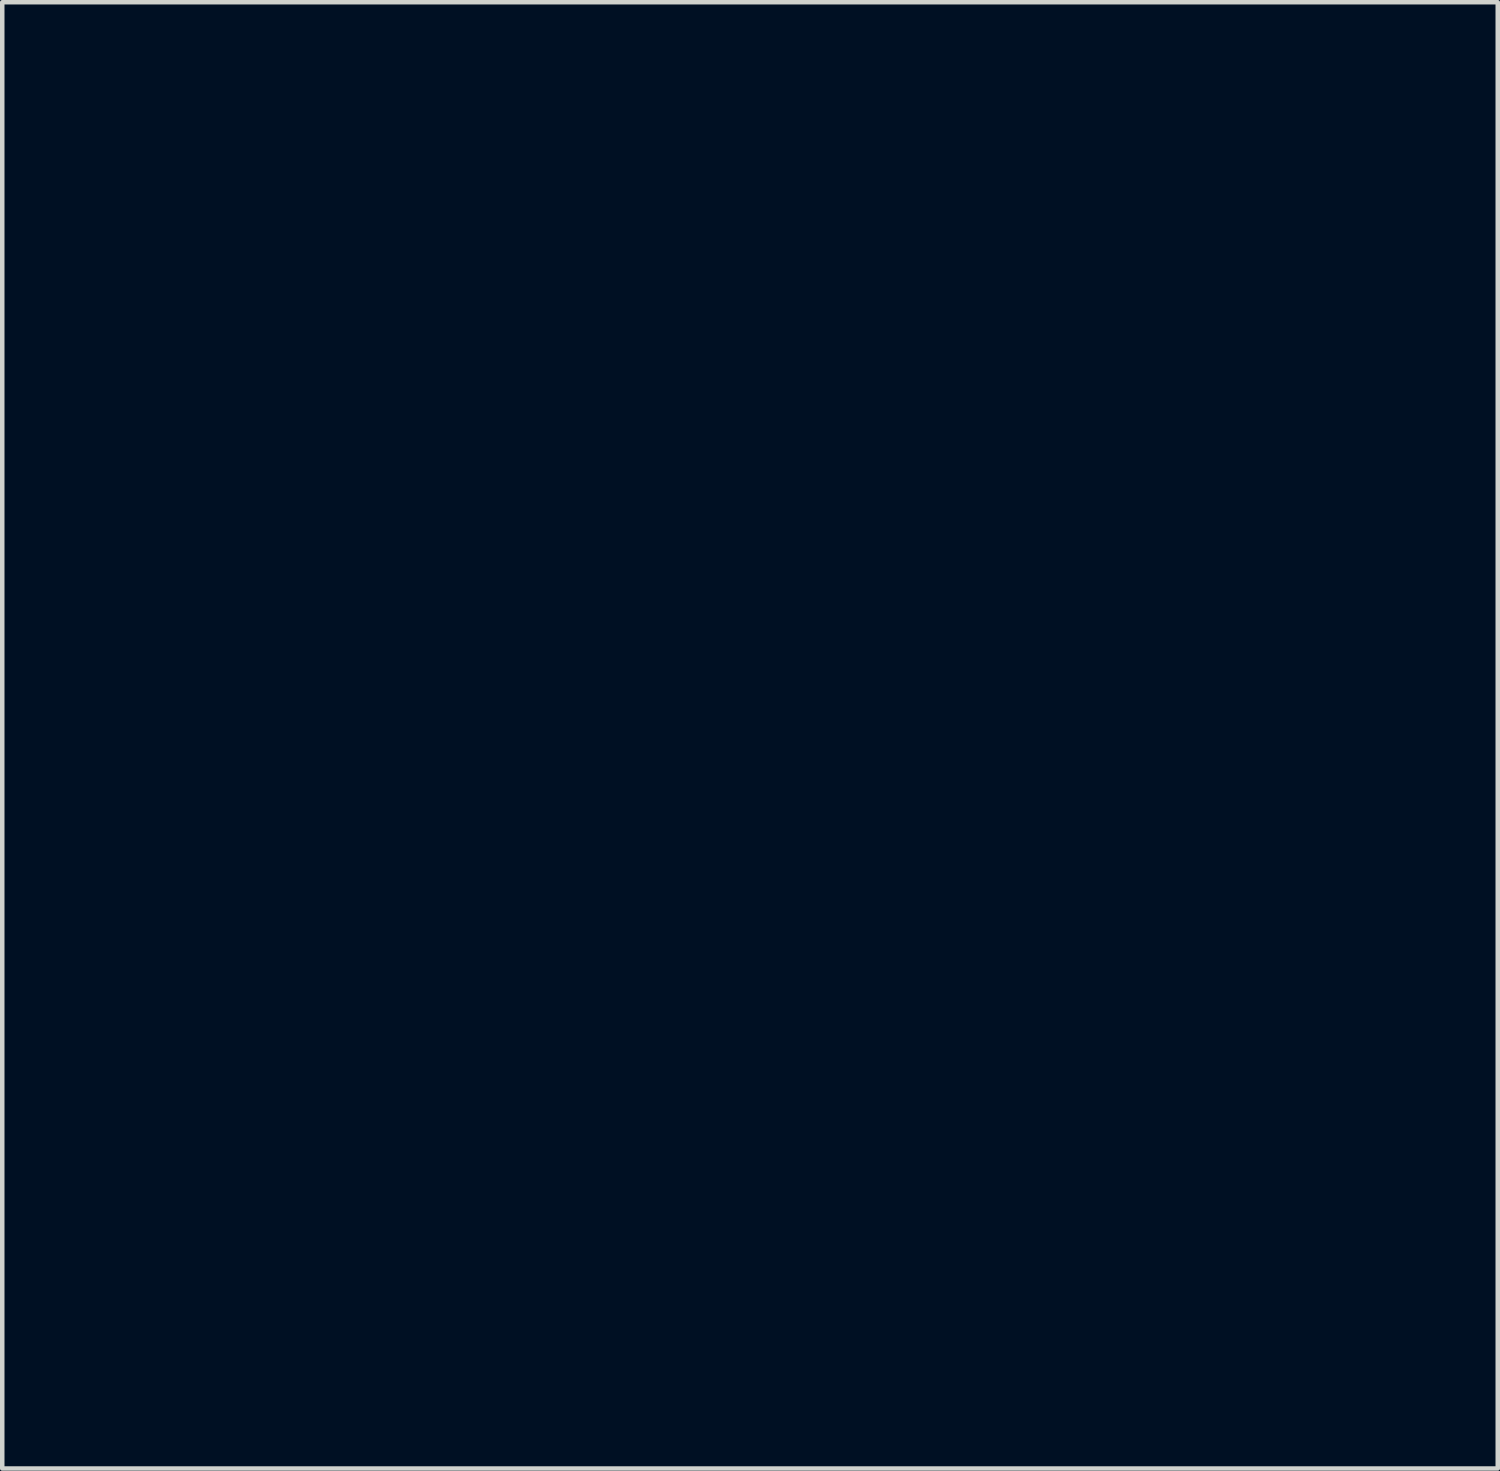
<source format=kicad_pcb>
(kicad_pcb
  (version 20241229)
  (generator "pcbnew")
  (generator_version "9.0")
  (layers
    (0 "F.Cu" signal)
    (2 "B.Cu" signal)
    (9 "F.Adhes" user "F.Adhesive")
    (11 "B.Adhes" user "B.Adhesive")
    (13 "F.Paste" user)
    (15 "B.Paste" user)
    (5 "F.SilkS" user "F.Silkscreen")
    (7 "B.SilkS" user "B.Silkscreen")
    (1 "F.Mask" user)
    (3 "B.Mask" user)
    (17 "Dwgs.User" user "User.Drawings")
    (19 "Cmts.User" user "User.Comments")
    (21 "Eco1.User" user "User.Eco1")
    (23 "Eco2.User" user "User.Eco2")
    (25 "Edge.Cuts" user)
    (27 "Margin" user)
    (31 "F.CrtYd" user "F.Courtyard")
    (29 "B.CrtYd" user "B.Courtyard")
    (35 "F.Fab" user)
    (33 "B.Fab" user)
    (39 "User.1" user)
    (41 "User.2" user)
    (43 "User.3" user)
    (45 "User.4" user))
  (footprint "logo_front_mask_35mm"
    (layer "F.Cu")
    (at 13.651 12.791)
    (property "Reference" "logo_front_mask_35mm" (at 0 0 0) (layer "F.Mask") (effects (font (size 1.524 1.524) (thickness 0.3))))
    (attr through_hole)
    (fp_poly (pts (xy -8.433 9.22) (xy -8.458 9.246) (xy -8.484 9.22) (xy -8.458 9.195) (xy -8.433 9.22)) (stroke (width 0.01) (type solid)) (fill yes) (layer "F.Mask"))
    (fp_poly (pts (xy -8.28 10.643) (xy -8.306 10.668) (xy -8.331 10.643) (xy -8.306 10.617) (xy -8.28 10.643)) (stroke (width 0.01) (type solid)) (fill yes) (layer "F.Mask"))
    (fp_poly (pts (xy -7.772 7.544) (xy -7.798 7.569) (xy -7.823 7.544) (xy -7.798 7.518) (xy -7.772 7.544)) (stroke (width 0.01) (type solid)) (fill yes) (layer "F.Mask"))
    (fp_poly (pts (xy -7.163 6.528) (xy -7.188 6.553) (xy -7.214 6.528) (xy -7.188 6.502) (xy -7.163 6.528)) (stroke (width 0.01) (type solid)) (fill yes) (layer "F.Mask"))
    (fp_poly (pts (xy -2.997 -0.432) (xy -3.023 -0.406) (xy -3.048 -0.432) (xy -3.023 -0.457) (xy -2.997 -0.432)) (stroke (width 0.01) (type solid)) (fill yes) (layer "F.Mask"))
    (fp_poly (pts (xy 3.404 -8.509) (xy 3.378 -8.484) (xy 3.353 -8.509) (xy 3.378 -8.534) (xy 3.404 -8.509)) (stroke (width 0.01) (type solid)) (fill yes) (layer "F.Mask"))
    (fp_poly (pts (xy 7.349 9.567) (xy 7.355 9.628) (xy 7.349 9.635) (xy 7.319 9.628) (xy 7.315 9.601) (xy 7.334 9.559) (xy 7.349 9.567)) (stroke (width 0.01) (type solid)) (fill yes) (layer "F.Mask"))
    (fp_poly (pts (xy 7.553 13.706) (xy 7.559 13.786) (xy 7.549 13.804) (xy 7.526 13.789) (xy 7.522 13.737) (xy 7.535 13.683) (xy 7.553 13.706)) (stroke (width 0.01) (type solid)) (fill yes) (layer "F.Mask"))
    (fp_poly (pts (xy 6.326 -11.42) (xy 6.311 -11.382) (xy 6.263 -11.357) (xy 6.204 -11.342) (xy 6.228 -11.379) (xy 6.235 -11.386) (xy 6.301 -11.426) (xy 6.326 -11.42)) (stroke (width 0.01) (type solid)) (fill yes) (layer "F.Mask"))
    (fp_poly (pts (xy 8.262 -11.607) (xy 8.208 -11.543) (xy 8.146 -11.486) (xy 8.147 -11.505) (xy 8.184 -11.567) (xy 8.242 -11.642) (xy 8.275 -11.655) (xy 8.262 -11.607)) (stroke (width 0.01) (type solid)) (fill yes) (layer "F.Mask"))
    (fp_poly (pts (xy -8.603 9.403) (xy -8.601 9.412) (xy -8.593 9.522) (xy -8.603 9.564) (xy -8.619 9.566) (xy -8.626 9.486) (xy -8.626 9.474) (xy -8.619 9.395) (xy -8.603 9.403)) (stroke (width 0.01) (type solid)) (fill yes) (layer "F.Mask"))
    (fp_poly (pts (xy -7.642 7.302) (xy -7.671 7.366) (xy -7.723 7.446) (xy -7.751 7.468) (xy -7.75 7.43) (xy -7.722 7.366) (xy -7.669 7.286) (xy -7.642 7.264) (xy -7.642 7.302)) (stroke (width 0.01) (type solid)) (fill yes) (layer "F.Mask"))
    (fp_poly (pts (xy 6.107 -11.27) (xy 6.108 -11.172) (xy 6.105 -11.147) (xy 6.083 -11.016) (xy 6.062 -10.979) (xy 6.048 -11.038) (xy 6.045 -11.122) (xy 6.057 -11.237) (xy 6.085 -11.296) (xy 6.107 -11.27)) (stroke (width 0.01) (type solid)) (fill yes) (layer "F.Mask"))
    (fp_poly (pts (xy -2.758 -0.838) (xy -2.781 -0.808) (xy -2.818 -0.728) (xy -2.81 -0.694) (xy -2.801 -0.661) (xy -2.808 -0.66) (xy -2.86 -0.696) (xy -2.867 -0.705) (xy -2.854 -0.768) (xy -2.806 -0.82) (xy -2.747 -0.863) (xy -2.758 -0.838)) (stroke (width 0.01) (type solid)) (fill yes) (layer "F.Mask"))
    (fp_poly (pts (xy -7.443 6.948) (xy -7.484 7.044) (xy -7.493 7.061) (xy -7.553 7.164) (xy -7.595 7.213) (xy -7.597 7.214) (xy -7.594 7.175) (xy -7.553 7.079) (xy -7.544 7.061) (xy -7.484 6.958) (xy -7.442 6.909) (xy -7.44 6.909) (xy -7.443 6.948)) (stroke (width 0.01) (type solid)) (fill yes) (layer "F.Mask"))
    (fp_poly (pts (xy -8.587 -12.774) (xy -8.549 -12.771) (xy -8.373 -12.748) (xy -8.243 -12.72) (xy -8.187 -12.692) (xy -8.187 -12.692) (xy -8.141 -12.68) (xy -8.094 -12.707) (xy -8.023 -12.744) (xy -7.978 -12.704) (xy -7.938 -12.665) (xy -7.912 -12.707) (xy -7.876 -12.738) (xy -7.806 -12.691) (xy -7.775 -12.66) (xy -7.639 -12.57) (xy -7.477 -12.551) (xy -7.265 -12.547) (xy -7.044 -12.527) (xy -6.849 -12.494) (xy -6.718 -12.453) (xy -6.713 -12.45) (xy -6.623 -12.425) (xy -6.459 -12.399) (xy -6.251 -12.377) (xy -6.142 -12.369) (xy -5.917 -12.353) (xy -5.718 -12.335) (xy -5.575 -12.318) (xy -5.538 -12.312) (xy -5.45 -12.266) (xy -5.313 -12.164) (xy -5.148 -12.021) (xy -5.015 -11.896) (xy -4.83 -11.713) (xy -4.649 -11.537) (xy -4.499 -11.391) (xy -4.431 -11.326) (xy -4.259 -11.154) (xy -4.105 -10.99) (xy -3.985 -10.849) (xy -3.913 -10.748) (xy -3.898 -10.708) (xy -3.869 -10.658) (xy -3.809 -10.617) (xy -3.729 -10.544) (xy -3.708 -10.488) (xy -3.68 -10.422) (xy -3.656 -10.414) (xy -3.597 -10.373) (xy -3.571 -10.325) (xy -3.509 -10.207) (xy -3.407 -10.055) (xy -3.295 -9.91) (xy -3.203 -9.815) (xy -3.138 -9.745) (xy -3.124 -9.713) (xy -3.097 -9.655) (xy -3.028 -9.542) (xy -2.967 -9.449) (xy -2.878 -9.312) (xy -2.754 -9.116) (xy -2.613 -8.887) (xy -2.491 -8.687) (xy -2.237 -8.272) (xy -2.017 -7.935) (xy -1.82 -7.658) (xy -1.636 -7.428) (xy -1.453 -7.23) (xy -1.437 -7.214) (xy -1.291 -7.048) (xy -1.121 -6.825) (xy -0.95 -6.575) (xy -0.842 -6.401) (xy -0.7 -6.164) (xy -0.549 -5.915) (xy -0.397 -5.671) (xy -0.255 -5.446) (xy -0.132 -5.256) (xy -0.038 -5.115) (xy 0.018 -5.038) (xy 0.029 -5.029) (xy 0.058 -5.07) (xy 0.116 -5.176) (xy 0.158 -5.258) (xy 0.229 -5.389) (xy 0.284 -5.471) (xy 0.302 -5.486) (xy 0.342 -5.527) (xy 0.396 -5.613) (xy 5.131 -5.613) (xy 5.156 -5.588) (xy 5.182 -5.613) (xy 5.156 -5.639) (xy 5.131 -5.613) (xy 0.396 -5.613) (xy 0.406 -5.629) (xy 0.432 -5.677) (xy 0.666 -6.096) (xy 1.048 -6.096) (xy 1.099 -6.13) (xy 1.137 -6.172) (xy 1.626 -6.172) (xy 1.651 -6.147) (xy 1.676 -6.172) (xy 1.651 -6.198) (xy 1.626 -6.172) (xy 1.137 -6.172) (xy 1.205 -6.247) (xy 1.331 -6.403) (xy 1.461 -6.566) (xy 1.583 -6.714) (xy 1.598 -6.731) (xy 2.083 -6.731) (xy 2.108 -6.706) (xy 2.134 -6.731) (xy 2.108 -6.756) (xy 2.083 -6.731) (xy 1.598 -6.731) (xy 1.664 -6.806) (xy 1.724 -6.883) (xy 2.235 -6.883) (xy 2.261 -6.858) (xy 2.286 -6.883) (xy 2.261 -6.909) (xy 2.235 -6.883) (xy 1.724 -6.883) (xy 1.743 -6.907) (xy 1.778 -6.985) (xy 1.778 -6.987) (xy 1.804 -7.063) (xy 1.818 -7.087) (xy 2.184 -7.087) (xy 2.21 -7.061) (xy 2.235 -7.087) (xy 2.227 -7.095) (xy 2.398 -7.095) (xy 2.398 -7.062) (xy 2.407 -7.061) (xy 2.449 -7.096) (xy 2.496 -7.15) (xy 2.54 -7.21) (xy 2.513 -7.198) (xy 2.477 -7.169) (xy 2.398 -7.095) (xy 2.227 -7.095) (xy 2.21 -7.112) (xy 2.184 -7.087) (xy 1.818 -7.087) (xy 1.871 -7.184) (xy 1.91 -7.245) (xy 1.975 -7.343) (xy 1.995 -7.383) (xy 1.962 -7.361) (xy 1.868 -7.273) (xy 1.78 -7.188) (xy 1.635 -7.028) (xy 1.468 -6.815) (xy 1.307 -6.586) (xy 1.245 -6.489) (xy 1.12 -6.277) (xy 1.055 -6.146) (xy 1.048 -6.096) (xy 0.666 -6.096) (xy 0.709 -6.174) (xy 1.001 -6.633) (xy 1.295 -7.035) (xy 1.577 -7.362) (xy 1.607 -7.391) (xy 2.438 -7.391) (xy 2.464 -7.366) (xy 2.489 -7.391) (xy 2.464 -7.417) (xy 2.438 -7.391) (xy 1.607 -7.391) (xy 1.645 -7.43) (xy 1.712 -7.493) (xy 2.489 -7.493) (xy 2.515 -7.468) (xy 2.54 -7.493) (xy 2.642 -7.493) (xy 2.667 -7.468) (xy 2.692 -7.493) (xy 2.667 -7.518) (xy 2.642 -7.493) (xy 2.54 -7.493) (xy 2.515 -7.518) (xy 2.489 -7.493) (xy 1.712 -7.493) (xy 1.813 -7.588) (xy 1.856 -7.626) (xy 2.774 -7.626) (xy 2.812 -7.571) (xy 2.825 -7.569) (xy 2.83 -7.601) (xy 2.823 -7.614) (xy 2.831 -7.682) (xy 2.888 -7.788) (xy 2.967 -7.896) (xy 2.97 -7.899) (xy 3.048 -7.899) (xy 3.073 -7.874) (xy 3.099 -7.899) (xy 3.073 -7.925) (xy 3.048 -7.899) (xy 2.97 -7.899) (xy 3.046 -7.973) (xy 3.089 -7.989) (xy 3.124 -8.014) (xy 3.118 -8.049) (xy 3.124 -8.103) (xy 3.15 -8.103) (xy 3.175 -8.077) (xy 3.2 -8.103) (xy 3.175 -8.128) (xy 3.15 -8.103) (xy 3.124 -8.103) (xy 3.127 -8.127) (xy 3.165 -8.204) (xy 3.251 -8.204) (xy 3.277 -8.179) (xy 3.302 -8.204) (xy 3.277 -8.23) (xy 3.251 -8.204) (xy 3.165 -8.204) (xy 3.179 -8.233) (xy 3.251 -8.334) (xy 3.323 -8.398) (xy 3.361 -8.402) (xy 3.401 -8.417) (xy 3.413 -8.51) (xy 3.407 -8.572) (xy 3.434 -8.631) (xy 3.455 -8.636) (xy 3.49 -8.665) (xy 3.483 -8.681) (xy 3.504 -8.729) (xy 3.593 -8.784) (xy 3.595 -8.785) (xy 3.716 -8.865) (xy 3.839 -8.987) (xy 3.861 -9.014) (xy 3.95 -9.113) (xy 4.022 -9.158) (xy 4.039 -9.156) (xy 4.064 -9.153) (xy 4.054 -9.167) (xy 4.059 -9.227) (xy 4.118 -9.311) (xy 4.194 -9.419) (xy 4.215 -9.508) (xy 4.175 -9.55) (xy 4.166 -9.55) (xy 4.121 -9.509) (xy 4.115 -9.471) (xy 4.08 -9.404) (xy 3.987 -9.286) (xy 3.85 -9.136) (xy 3.734 -9.019) (xy 3.576 -8.86) (xy 3.451 -8.726) (xy 3.372 -8.632) (xy 3.353 -8.598) (xy 3.319 -8.531) (xy 3.252 -8.459) (xy 3.177 -8.37) (xy 3.075 -8.222) (xy 2.963 -8.045) (xy 2.862 -7.871) (xy 2.791 -7.729) (xy 2.788 -7.722) (xy 2.774 -7.626) (xy 1.856 -7.626) (xy 1.959 -7.716) (xy 1.998 -7.747) (xy 2.642 -7.747) (xy 2.667 -7.722) (xy 2.692 -7.747) (xy 2.667 -7.772) (xy 2.642 -7.747) (xy 1.998 -7.747) (xy 2.064 -7.799) (xy 2.109 -7.823) (xy 2.203 -7.867) (xy 2.288 -7.972) (xy 2.335 -8.1) (xy 2.338 -8.132) (xy 2.379 -8.257) (xy 2.499 -8.437) (xy 2.693 -8.667) (xy 2.908 -8.893) (xy 3.015 -9.01) (xy 3.085 -9.101) (xy 3.099 -9.134) (xy 3.134 -9.205) (xy 3.167 -9.239) (xy 3.225 -9.321) (xy 3.248 -9.37) (xy 3.556 -9.37) (xy 3.575 -9.346) (xy 3.626 -9.402) (xy 3.683 -9.5) (xy 3.724 -9.601) (xy 3.723 -9.651) (xy 3.718 -9.652) (xy 3.672 -9.612) (xy 3.614 -9.521) (xy 3.568 -9.422) (xy 3.556 -9.37) (xy 3.248 -9.37) (xy 3.286 -9.455) (xy 3.301 -9.496) (xy 3.372 -9.651) (xy 3.462 -9.778) (xy 3.48 -9.795) (xy 3.513 -9.834) (xy 4.241 -9.834) (xy 4.292 -9.834) (xy 4.315 -9.84) (xy 4.399 -9.88) (xy 4.42 -9.912) (xy 4.389 -9.955) (xy 4.32 -9.931) (xy 4.271 -9.885) (xy 4.241 -9.834) (xy 3.513 -9.834) (xy 3.563 -9.895) (xy 3.653 -10.037) (xy 4.396 -10.037) (xy 4.41 -10.008) (xy 4.452 -10.033) (xy 8.382 -10.033) (xy 8.407 -10.008) (xy 8.433 -10.033) (xy 8.407 -10.058) (xy 8.382 -10.033) (xy 4.452 -10.033) (xy 4.476 -10.047) (xy 4.521 -10.109) (xy 4.556 -10.188) (xy 4.556 -10.211) (xy 4.512 -10.178) (xy 4.445 -10.109) (xy 4.396 -10.037) (xy 3.653 -10.037) (xy 3.661 -10.049) (xy 3.73 -10.182) (xy 3.813 -10.338) (xy 3.89 -10.453) (xy 4.267 -10.453) (xy 4.272 -10.385) (xy 4.3 -10.382) (xy 4.375 -10.447) (xy 4.394 -10.465) (xy 4.473 -10.55) (xy 4.501 -10.602) (xy 4.499 -10.605) (xy 4.428 -10.617) (xy 4.341 -10.571) (xy 4.277 -10.495) (xy 4.267 -10.453) (xy 3.89 -10.453) (xy 3.891 -10.453) (xy 3.94 -10.498) (xy 4.003 -10.567) (xy 4.013 -10.615) (xy 4.061 -10.737) (xy 4.193 -10.835) (xy 4.393 -10.896) (xy 4.394 -10.897) (xy 4.575 -10.933) (xy 4.747 -10.976) (xy 4.762 -10.981) (xy 4.895 -11.006) (xy 4.981 -10.975) (xy 5.002 -10.957) (xy 5.04 -10.901) (xy 5.03 -10.834) (xy 4.964 -10.728) (xy 4.934 -10.686) (xy 4.83 -10.552) (xy 4.736 -10.447) (xy 4.707 -10.42) (xy 4.638 -10.329) (xy 4.623 -10.27) (xy 4.653 -10.253) (xy 4.743 -10.314) (xy 4.849 -10.412) (xy 4.963 -10.534) (xy 5.035 -10.63) (xy 5.049 -10.676) (xy 5.069 -10.71) (xy 5.127 -10.719) (xy 5.231 -10.763) (xy 5.343 -10.874) (xy 5.445 -11.026) (xy 5.516 -11.187) (xy 5.537 -11.307) (xy 5.574 -11.482) (xy 5.674 -11.596) (xy 5.808 -11.632) (xy 5.919 -11.614) (xy 6.003 -11.573) (xy 6.034 -11.527) (xy 6.006 -11.498) (xy 5.868 -11.395) (xy 5.796 -11.245) (xy 5.791 -11.194) (xy 5.772 -11.057) (xy 5.743 -10.978) (xy 5.723 -10.905) (xy 5.766 -10.888) (xy 5.816 -10.91) (xy 5.812 -10.93) (xy 5.837 -10.953) (xy 5.933 -10.954) (xy 5.949 -10.952) (xy 6.058 -10.954) (xy 6.163 -10.999) (xy 6.294 -11.1) (xy 6.346 -11.146) (xy 6.54 -11.313) (xy 6.718 -11.447) (xy 6.859 -11.534) (xy 6.934 -11.561) (xy 7.222 -11.592) (xy 7.426 -11.634) (xy 7.566 -11.691) (xy 7.659 -11.77) (xy 7.675 -11.792) (xy 7.76 -11.882) (xy 7.844 -11.933) (xy 7.903 -11.935) (xy 7.913 -11.88) (xy 7.907 -11.864) (xy 7.909 -11.814) (xy 7.961 -11.822) (xy 8.002 -11.836) (xy 8.017 -11.827) (xy 7.999 -11.783) (xy 7.943 -11.69) (xy 7.842 -11.533) (xy 7.766 -11.417) (xy 7.668 -11.256) (xy 7.624 -11.156) (xy 7.634 -11.122) (xy 7.699 -11.163) (xy 7.743 -11.205) (xy 7.829 -11.254) (xy 7.881 -11.248) (xy 7.95 -11.258) (xy 8.034 -11.334) (xy 8.09 -11.394) (xy 8.102 -11.379) (xy 8.099 -11.37) (xy 8.102 -11.308) (xy 8.166 -11.307) (xy 8.277 -11.359) (xy 8.421 -11.459) (xy 8.548 -11.567) (xy 8.679 -11.677) (xy 8.785 -11.746) (xy 8.84 -11.76) (xy 8.882 -11.773) (xy 8.89 -11.813) (xy 8.92 -11.874) (xy 8.962 -11.87) (xy 9.057 -11.865) (xy 9.195 -11.887) (xy 9.218 -11.893) (xy 9.39 -11.92) (xy 9.524 -11.902) (xy 9.596 -11.845) (xy 9.601 -11.818) (xy 9.576 -11.743) (xy 9.509 -11.616) (xy 9.442 -11.503) (xy 9.358 -11.367) (xy 9.305 -11.27) (xy 9.293 -11.237) (xy 9.274 -11.189) (xy 9.211 -11.077) (xy 9.118 -10.919) (xy 9.007 -10.738) (xy 8.891 -10.553) (xy 8.782 -10.385) (xy 8.694 -10.253) (xy 8.638 -10.178) (xy 8.627 -10.168) (xy 8.588 -10.11) (xy 8.585 -10.085) (xy 8.544 -10.01) (xy 8.509 -9.989) (xy 8.441 -9.92) (xy 8.433 -9.879) (xy 8.412 -9.823) (xy 8.389 -9.825) (xy 8.34 -9.805) (xy 8.288 -9.724) (xy 8.23 -9.641) (xy 8.177 -9.628) (xy 8.136 -9.632) (xy 8.136 -9.618) (xy 8.123 -9.542) (xy 8.077 -9.435) (xy 8.019 -9.339) (xy 7.971 -9.296) (xy 7.97 -9.296) (xy 7.923 -9.257) (xy 7.849 -9.156) (xy 7.809 -9.093) (xy 7.733 -8.979) (xy 7.677 -8.919) (xy 7.661 -8.916) (xy 7.613 -8.904) (xy 7.564 -8.856) (xy 7.519 -8.796) (xy 7.544 -8.799) (xy 7.569 -8.814) (xy 7.618 -8.837) (xy 7.597 -8.8) (xy 7.576 -8.773) (xy 7.5 -8.718) (xy 7.454 -8.721) (xy 7.425 -8.72) (xy 7.435 -8.698) (xy 7.435 -8.628) (xy 7.419 -8.612) (xy 7.367 -8.556) (xy 7.279 -8.44) (xy 7.172 -8.286) (xy 7.06 -8.12) (xy 6.96 -7.963) (xy 6.887 -7.841) (xy 6.858 -7.777) (xy 6.858 -7.776) (xy 6.824 -7.715) (xy 6.82 -7.713) (xy 6.767 -7.661) (xy 6.684 -7.551) (xy 6.592 -7.415) (xy 6.51 -7.282) (xy 6.459 -7.185) (xy 6.452 -7.158) (xy 6.42 -7.129) (xy 6.401 -7.137) (xy 6.354 -7.135) (xy 6.35 -7.117) (xy 6.322 -7.058) (xy 6.246 -6.935) (xy 6.133 -6.768) (xy 6.02 -6.608) (xy 5.887 -6.421) (xy 5.78 -6.266) (xy 5.71 -6.159) (xy 5.69 -6.121) (xy 5.658 -6.068) (xy 5.581 -5.975) (xy 5.563 -5.955) (xy 5.478 -5.847) (xy 5.437 -5.76) (xy 5.436 -5.751) (xy 5.407 -5.708) (xy 5.385 -5.715) (xy 5.338 -5.708) (xy 5.334 -5.687) (xy 5.305 -5.615) (xy 5.23 -5.499) (xy 5.182 -5.436) (xy 5.092 -5.311) (xy 5.037 -5.215) (xy 5.029 -5.187) (xy 4.998 -5.133) (xy 4.984 -5.131) (xy 4.923 -5.09) (xy 4.849 -4.991) (xy 4.786 -4.871) (xy 4.761 -4.787) (xy 4.717 -4.684) (xy 4.634 -4.572) (xy 4.539 -4.449) (xy 4.512 -4.344) (xy 4.515 -4.305) (xy 4.484 -4.268) (xy 4.476 -4.267) (xy 4.431 -4.224) (xy 4.372 -4.117) (xy 4.347 -4.059) (xy 4.278 -3.911) (xy 4.206 -3.795) (xy 4.187 -3.773) (xy 4.119 -3.666) (xy 4.081 -3.553) (xy 4.023 -3.415) (xy 3.931 -3.297) (xy 3.846 -3.192) (xy 3.81 -3.098) (xy 3.81 -3.096) (xy 3.773 -2.991) (xy 3.738 -2.95) (xy 3.687 -2.921) (xy 3.682 -2.972) (xy 3.688 -3.007) (xy 3.701 -3.084) (xy 3.686 -3.073) (xy 3.647 -2.997) (xy 3.543 -2.842) (xy 3.435 -2.785) (xy 3.339 -2.813) (xy 3.261 -2.839) (xy 3.19 -2.796) (xy 3.146 -2.743) (xy 3.062 -2.636) (xy 3.003 -2.562) (xy 2.948 -2.481) (xy 2.877 -2.362) (xy 2.875 -2.358) (xy 2.823 -2.278) (xy 2.812 -2.288) (xy 2.82 -2.32) (xy 2.83 -2.426) (xy 2.791 -2.453) (xy 2.716 -2.405) (xy 2.625 -2.29) (xy 2.548 -2.164) (xy 2.528 -2.09) (xy 2.558 -2.039) (xy 2.568 -2.03) (xy 2.631 -1.947) (xy 2.642 -1.904) (xy 2.669 -1.831) (xy 2.739 -1.705) (xy 2.823 -1.576) (xy 2.991 -1.319) (xy 3.164 -1.033) (xy 3.327 -0.744) (xy 3.465 -0.479) (xy 3.563 -0.265) (xy 3.577 -0.229) (xy 3.661 -0.038) (xy 3.775 0.174) (xy 3.906 0.39) (xy 4.041 0.591) (xy 4.168 0.757) (xy 4.274 0.871) (xy 4.345 0.912) (xy 4.47 0.947) (xy 4.613 1.028) (xy 4.725 1.125) (xy 4.736 1.14) (xy 4.763 1.225) (xy 4.774 1.357) (xy 4.774 1.361) (xy 4.809 1.524) (xy 4.905 1.728) (xy 4.953 1.807) (xy 5.044 1.952) (xy 5.108 2.06) (xy 5.131 2.105) (xy 5.151 2.155) (xy 5.208 2.281) (xy 5.292 2.463) (xy 5.397 2.687) (xy 5.436 2.769) (xy 5.578 3.074) (xy 5.68 3.302) (xy 5.744 3.466) (xy 5.775 3.58) (xy 5.778 3.657) (xy 5.758 3.711) (xy 5.746 3.727) (xy 5.723 3.797) (xy 5.783 3.879) (xy 5.791 3.886) (xy 5.867 3.975) (xy 5.893 4.037) (xy 5.921 4.111) (xy 5.992 4.226) (xy 6.024 4.27) (xy 6.109 4.399) (xy 6.218 4.584) (xy 6.33 4.791) (xy 6.356 4.842) (xy 6.49 5.079) (xy 6.659 5.341) (xy 6.828 5.575) (xy 6.852 5.604) (xy 7.054 5.857) (xy 7.201 6.05) (xy 7.302 6.204) (xy 7.365 6.338) (xy 7.399 6.471) (xy 7.414 6.624) (xy 7.417 6.815) (xy 7.417 6.87) (xy 7.412 7.102) (xy 7.398 7.269) (xy 7.377 7.357) (xy 7.366 7.366) (xy 7.317 7.405) (xy 7.315 7.42) (xy 7.283 7.498) (xy 7.239 7.551) (xy 7.177 7.663) (xy 7.163 7.743) (xy 7.136 7.843) (xy 7.072 7.937) (xy 6.999 7.996) (xy 6.943 7.993) (xy 6.92 8.012) (xy 6.909 8.106) (xy 6.909 8.123) (xy 6.897 8.233) (xy 6.858 8.255) (xy 6.845 8.249) (xy 6.827 8.253) (xy 6.872 8.315) (xy 6.874 8.317) (xy 6.931 8.4) (xy 6.912 8.442) (xy 6.899 8.447) (xy 6.869 8.482) (xy 6.926 8.544) (xy 6.929 8.546) (xy 7.001 8.653) (xy 7 8.754) (xy 6.991 8.844) (xy 7.005 8.868) (xy 7.053 8.891) (xy 7.128 8.972) (xy 7.134 8.98) (xy 7.196 9.068) (xy 7.196 9.093) (xy 7.139 9.076) (xy 7.078 9.061) (xy 7.097 9.103) (xy 7.098 9.105) (xy 7.133 9.189) (xy 7.167 9.336) (xy 7.184 9.442) (xy 7.218 9.619) (xy 7.265 9.771) (xy 7.292 9.827) (xy 7.336 9.921) (xy 7.332 9.974) (xy 7.338 10.004) (xy 7.363 10.008) (xy 7.404 10.044) (xy 7.397 10.086) (xy 7.392 10.14) (xy 7.412 10.138) (xy 7.463 10.152) (xy 7.503 10.236) (xy 7.518 10.355) (xy 7.509 10.411) (xy 7.474 10.374) (xy 7.468 10.363) (xy 7.428 10.315) (xy 7.418 10.359) (xy 7.418 10.37) (xy 7.453 10.458) (xy 7.486 10.48) (xy 7.543 10.546) (xy 7.594 10.672) (xy 7.626 10.817) (xy 7.63 10.939) (xy 7.617 10.978) (xy 7.605 11.072) (xy 7.628 11.139) (xy 7.655 11.235) (xy 7.682 11.406) (xy 7.707 11.628) (xy 7.728 11.88) (xy 7.744 12.137) (xy 7.754 12.379) (xy 7.755 12.581) (xy 7.747 12.721) (xy 7.735 12.77) (xy 7.713 12.848) (xy 7.697 12.977) (xy 7.696 12.993) (xy 7.667 13.128) (xy 7.61 13.213) (xy 7.605 13.215) (xy 7.549 13.291) (xy 7.55 13.425) (xy 7.546 13.575) (xy 7.468 13.709) (xy 7.452 13.729) (xy 7.367 13.818) (xy 7.296 13.854) (xy 7.201 13.844) (xy 7.074 13.805) (xy 6.948 13.74) (xy 6.908 13.647) (xy 6.908 13.645) (xy 6.894 13.499) (xy 6.861 13.386) (xy 6.818 13.336) (xy 6.801 13.339) (xy 6.768 13.316) (xy 6.75 13.224) (xy 6.741 13.073) (xy 6.732 12.972) (xy 6.704 12.872) (xy 6.641 12.71) (xy 6.557 12.515) (xy 6.463 12.312) (xy 6.372 12.13) (xy 6.297 11.996) (xy 6.262 11.947) (xy 6.19 11.806) (xy 6.192 11.722) (xy 6.16 11.685) (xy 6.153 11.684) (xy 6.117 11.641) (xy 6.077 11.539) (xy 6.046 11.419) (xy 6.037 11.324) (xy 6.038 11.316) (xy 6.006 11.279) (xy 5.989 11.278) (xy 5.955 11.241) (xy 5.962 11.2) (xy 5.946 11.125) (xy 5.836 11.048) (xy 5.816 11.038) (xy 5.701 10.965) (xy 5.647 10.897) (xy 7.569 10.897) (xy 7.595 10.922) (xy 7.62 10.897) (xy 7.595 10.871) (xy 7.569 10.897) (xy 5.647 10.897) (xy 5.641 10.889) (xy 5.638 10.874) (xy 5.615 10.795) (xy 7.518 10.795) (xy 7.544 10.82) (xy 7.569 10.795) (xy 7.544 10.77) (xy 7.518 10.795) (xy 5.615 10.795) (xy 5.611 10.781) (xy 5.543 10.636) (xy 5.504 10.566) (xy 7.468 10.566) (xy 7.486 10.608) (xy 7.501 10.6) (xy 7.508 10.54) (xy 7.501 10.533) (xy 7.471 10.54) (xy 7.468 10.566) (xy 5.504 10.566) (xy 5.452 10.475) (xy 5.356 10.327) (xy 5.275 10.226) (xy 5.263 10.215) (xy 5.2 10.115) (xy 5.182 10.014) (xy 5.148 9.886) (xy 5.065 9.754) (xy 5.055 9.743) (xy 4.971 9.641) (xy 4.929 9.569) (xy 4.928 9.562) (xy 4.892 9.507) (xy 4.8 9.414) (xy 4.724 9.347) (xy 4.609 9.242) (xy 4.536 9.159) (xy 4.521 9.129) (xy 4.487 9.064) (xy 4.398 8.952) (xy 4.274 8.815) (xy 4.224 8.763) (xy 6.909 8.763) (xy 6.934 8.788) (xy 6.96 8.763) (xy 6.934 8.738) (xy 6.909 8.763) (xy 4.224 8.763) (xy 4.136 8.673) (xy 4.005 8.548) (xy 3.901 8.462) (xy 3.848 8.433) (xy 3.83 8.407) (xy 6.756 8.407) (xy 6.782 8.433) (xy 6.807 8.407) (xy 6.782 8.382) (xy 6.756 8.407) (xy 3.83 8.407) (xy 3.818 8.39) (xy 3.81 8.321) (xy 3.805 8.244) (xy 3.775 8.259) (xy 3.741 8.304) (xy 3.649 8.369) (xy 3.549 8.341) (xy 3.458 8.227) (xy 3.442 8.193) (xy 3.383 8.077) (xy 6.706 8.077) (xy 6.724 8.119) (xy 6.739 8.111) (xy 6.74 8.103) (xy 6.807 8.103) (xy 6.833 8.128) (xy 6.858 8.103) (xy 6.833 8.077) (xy 6.807 8.103) (xy 6.74 8.103) (xy 6.746 8.051) (xy 6.739 8.043) (xy 6.709 8.05) (xy 6.706 8.077) (xy 3.383 8.077) (xy 3.366 8.044) (xy 3.273 7.918) (xy 3.165 7.802) (xy 3.072 7.696) (xy 2.962 7.552) (xy 2.852 7.395) (xy 2.759 7.252) (xy 2.702 7.148) (xy 2.692 7.116) (xy 2.657 7.007) (xy 2.561 6.849) (xy 2.419 6.661) (xy 2.243 6.463) (xy 2.157 6.375) (xy 1.979 6.186) (xy 1.801 5.972) (xy 1.659 5.779) (xy 1.651 5.766) (xy 1.549 5.612) (xy 1.468 5.494) (xy 1.423 5.437) (xy 1.422 5.436) (xy 1.386 5.389) (xy 1.305 5.274) (xy 1.19 5.108) (xy 1.054 4.909) (xy 0.908 4.693) (xy 0.762 4.477) (xy 0.629 4.278) (xy 0.52 4.112) (xy 0.446 3.998) (xy 0.432 3.975) (xy 0.351 3.861) (xy 0.314 3.818) (xy 0.253 3.735) (xy 0.166 3.597) (xy 0.095 3.475) (xy -0.014 3.307) (xy -0.098 3.235) (xy -0.13 3.234) (xy -0.186 3.27) (xy -0.209 3.343) (xy -0.208 3.482) (xy -0.206 3.505) (xy -0.226 3.596) (xy -0.286 3.754) (xy -0.374 3.96) (xy -0.483 4.193) (xy -0.601 4.432) (xy -0.72 4.657) (xy -0.828 4.847) (xy -0.902 4.961) (xy -0.976 5.075) (xy -1.017 5.154) (xy -1.02 5.164) (xy -1.058 5.215) (xy -1.155 5.313) (xy -1.294 5.439) (xy -1.348 5.486) (xy -1.496 5.621) (xy -1.61 5.736) (xy -1.669 5.811) (xy -1.674 5.824) (xy -1.697 5.903) (xy -1.753 6.03) (xy -1.776 6.078) (xy -1.85 6.224) (xy -1.946 6.419) (xy -2.046 6.623) (xy -2.049 6.629) (xy -2.235 7.003) (xy -2.394 7.31) (xy -2.525 7.544) (xy -2.622 7.696) (xy -2.673 7.755) (xy -2.733 7.812) (xy -2.742 7.831) (xy -2.751 7.902) (xy -2.803 7.997) (xy -2.87 8.079) (xy -2.927 8.107) (xy -2.929 8.106) (xy -2.983 8.103) (xy -2.986 8.117) (xy -3.001 8.184) (xy -3.051 8.29) (xy -3.11 8.39) (xy -3.147 8.433) (xy -3.204 8.505) (xy -3.287 8.646) (xy -3.383 8.83) (xy -3.481 9.032) (xy -3.567 9.227) (xy -3.629 9.389) (xy -3.635 9.407) (xy -3.706 9.593) (xy -3.791 9.759) (xy -3.844 9.834) (xy -3.924 9.947) (xy -3.962 10.038) (xy -3.962 10.046) (xy -3.988 10.124) (xy -4.054 10.258) (xy -4.148 10.419) (xy -4.149 10.421) (xy -4.259 10.586) (xy -4.333 10.663) (xy -4.376 10.657) (xy -4.412 10.627) (xy -4.419 10.645) (xy -4.449 10.721) (xy -4.506 10.804) (xy -4.588 10.877) (xy -4.679 10.87) (xy -4.709 10.857) (xy -4.802 10.824) (xy -4.839 10.825) (xy -4.875 10.874) (xy -4.953 10.976) (xy -5.017 11.059) (xy -5.11 11.189) (xy -5.17 11.29) (xy -5.182 11.325) (xy -5.221 11.377) (xy -5.238 11.379) (xy -5.272 11.342) (xy -5.265 11.305) (xy -5.251 11.224) (xy -5.288 11.213) (xy -5.359 11.267) (xy -5.431 11.358) (xy -5.534 11.489) (xy -5.604 11.533) (xy -5.646 11.486) (xy -5.661 11.345) (xy -5.655 11.138) (xy -5.633 10.744) (xy -5.747 10.917) (xy -5.821 11.011) (xy -5.872 11.042) (xy -5.881 11.033) (xy -5.923 11.025) (xy -6.003 11.087) (xy -6.013 11.097) (xy -6.107 11.177) (xy -6.187 11.18) (xy -6.218 11.166) (xy -6.311 11.141) (xy -6.343 11.161) (xy -6.387 11.225) (xy -6.467 11.347) (xy -6.553 11.478) (xy -6.65 11.621) (xy -6.705 11.688) (xy -6.735 11.689) (xy -6.753 11.633) (xy -6.756 11.615) (xy -6.772 11.532) (xy -6.706 11.532) (xy -6.687 11.573) (xy -6.672 11.565) (xy -6.666 11.505) (xy -6.672 11.498) (xy -6.702 11.505) (xy -6.706 11.532) (xy -6.772 11.532) (xy -6.782 11.482) (xy -6.903 11.659) (xy -6.979 11.763) (xy -7.041 11.821) (xy -7.089 11.823) (xy -7.125 11.764) (xy -7.153 11.636) (xy -7.174 11.43) (xy -7.191 11.14) (xy -7.202 10.837) (xy -5.825 10.837) (xy -5.818 10.868) (xy -5.791 10.871) (xy -5.749 10.853) (xy -5.757 10.837) (xy -5.818 10.831) (xy -5.825 10.837) (xy -7.202 10.837) (xy -7.205 10.759) (xy -7.209 10.62) (xy -7.189 10.509) (xy -7.175 10.49) (xy -4.318 10.49) (xy -4.293 10.516) (xy -4.267 10.49) (xy -4.293 10.465) (xy -4.318 10.49) (xy -7.175 10.49) (xy -7.15 10.456) (xy -7.118 10.422) (xy -7.163 10.414) (xy -7.211 10.404) (xy -7.17 10.369) (xy -7.138 10.325) (xy -7.187 10.266) (xy -7.221 10.241) (xy -7.291 10.197) (xy -7.346 10.192) (xy -7.406 10.239) (xy -7.491 10.349) (xy -7.566 10.456) (xy -7.634 10.526) (xy -7.679 10.536) (xy -7.699 10.552) (xy -7.687 10.597) (xy -7.679 10.657) (xy -7.712 10.648) (xy -7.75 10.646) (xy -7.741 10.691) (xy -7.742 10.758) (xy -7.767 10.77) (xy -7.811 10.727) (xy -7.824 10.655) (xy -7.83 10.591) (xy -7.857 10.6) (xy -7.919 10.689) (xy -7.931 10.706) (xy -8.024 10.811) (xy -8.121 10.866) (xy -8.198 10.862) (xy -8.23 10.792) (xy -8.23 10.792) (xy -8.256 10.74) (xy -8.293 10.751) (xy -8.331 10.766) (xy -8.298 10.717) (xy -8.296 10.714) (xy -8.262 10.624) (xy -8.272 10.58) (xy -8.325 10.573) (xy -8.419 10.659) (xy -8.449 10.696) (xy -8.571 10.82) (xy -8.666 10.867) (xy -8.724 10.832) (xy -8.737 10.757) (xy -8.729 10.644) (xy -8.716 10.541) (xy -8.23 10.541) (xy -8.204 10.566) (xy -8.179 10.541) (xy -8.204 10.516) (xy -8.23 10.541) (xy -8.716 10.541) (xy -8.706 10.463) (xy -8.675 10.247) (xy -8.64 10.028) (xy -8.605 9.839) (xy -8.604 9.836) (xy -8.595 9.735) (xy -8.628 9.723) (xy -8.631 9.725) (xy -8.681 9.729) (xy -8.687 9.711) (xy -8.646 9.653) (xy -8.611 9.634) (xy -8.553 9.563) (xy -8.534 9.447) (xy -8.523 9.347) (xy -8.494 9.316) (xy -8.491 9.317) (xy -8.446 9.291) (xy -8.374 9.195) (xy -8.306 9.079) (xy -8.234 8.94) (xy -8.211 8.879) (xy -8.236 8.887) (xy -8.267 8.915) (xy -8.342 8.997) (xy -8.37 9.042) (xy -8.383 9.157) (xy -8.423 9.175) (xy -8.425 9.174) (xy -8.494 9.18) (xy -8.565 9.22) (xy -8.655 9.278) (xy -8.708 9.275) (xy -8.73 9.201) (xy -8.726 9.044) (xy -8.716 8.928) (xy -8.715 8.915) (xy -8.433 8.915) (xy -8.407 8.941) (xy -8.382 8.915) (xy -8.407 8.89) (xy -8.433 8.915) (xy -8.715 8.915) (xy -8.698 8.766) (xy -8.697 8.763) (xy -8.179 8.763) (xy -8.153 8.788) (xy -8.128 8.763) (xy -8.153 8.738) (xy -8.179 8.763) (xy -8.697 8.763) (xy -8.673 8.629) (xy -8.632 8.496) (xy -8.572 8.357) (xy -8.28 8.357) (xy -8.255 8.382) (xy -8.23 8.357) (xy -8.255 8.331) (xy -8.28 8.357) (xy -8.572 8.357) (xy -8.567 8.343) (xy -8.516 8.242) (xy -8.185 8.242) (xy -8.157 8.233) (xy -8.134 8.204) (xy -7.925 8.204) (xy -7.899 8.23) (xy -7.874 8.204) (xy -7.899 8.179) (xy -7.925 8.204) (xy -8.134 8.204) (xy -8.08 8.138) (xy -8.005 8.002) (xy -7.997 7.985) (xy -7.946 7.849) (xy -7.94 7.803) (xy -7.977 7.843) (xy -8.054 7.968) (xy -8.096 8.042) (xy -8.167 8.179) (xy -8.185 8.242) (xy -8.516 8.242) (xy -8.469 8.149) (xy -8.33 7.889) (xy -8.322 7.874) (xy -8.229 7.696) (xy -7.925 7.696) (xy -7.899 7.722) (xy -7.874 7.696) (xy -7.899 7.671) (xy -7.925 7.696) (xy -8.229 7.696) (xy -8.227 7.692) (xy -8.185 7.603) (xy -7.874 7.603) (xy -7.841 7.621) (xy -7.761 7.581) (xy -7.68 7.516) (xy -7.573 7.377) (xy -7.475 7.187) (xy -7.412 6.997) (xy -7.401 6.934) (xy -7.356 6.815) (xy -7.315 6.765) (xy -7.265 6.717) (xy -7.293 6.723) (xy -7.315 6.733) (xy -7.334 6.727) (xy -7.285 6.67) (xy -7.261 6.648) (xy -7.147 6.533) (xy -7.058 6.426) (xy -7.012 6.357) (xy -7.03 6.355) (xy -7.064 6.375) (xy -7.084 6.38) (xy -7.037 6.329) (xy -7.013 6.306) (xy -6.944 6.237) (xy -6.938 6.223) (xy -6.756 6.223) (xy -6.731 6.248) (xy -6.706 6.223) (xy -6.731 6.198) (xy -6.756 6.223) (xy -6.938 6.223) (xy -6.934 6.214) (xy -6.942 6.218) (xy -6.942 6.19) (xy -6.897 6.093) (xy -6.814 5.941) (xy -6.801 5.918) (xy -6.604 5.918) (xy -6.579 5.944) (xy -6.553 5.918) (xy -6.579 5.893) (xy -6.604 5.918) (xy -6.801 5.918) (xy -6.771 5.867) (xy -6.452 5.867) (xy -6.426 5.893) (xy -6.401 5.867) (xy -6.426 5.842) (xy -6.452 5.867) (xy -6.771 5.867) (xy -6.719 5.779) (xy -6.719 5.779) (xy -6.39 5.779) (xy -6.374 5.778) (xy -6.321 5.729) (xy -6.262 5.652) (xy -6.26 5.61) (xy -6.302 5.626) (xy -6.352 5.698) (xy -6.39 5.779) (xy -6.719 5.779) (xy -6.6 5.585) (xy -6.552 5.512) (xy -6.248 5.512) (xy -6.223 5.537) (xy -6.198 5.512) (xy -1.524 5.512) (xy -1.499 5.537) (xy -1.473 5.512) (xy -1.499 5.486) (xy -1.524 5.512) (xy -6.198 5.512) (xy -6.223 5.486) (xy -6.248 5.512) (xy -6.552 5.512) (xy -6.519 5.461) (xy -1.397 5.461) (xy -1.232 5.312) (xy -1.138 5.217) (xy -1.092 5.152) (xy -1.093 5.139) (xy -1.13 5.135) (xy -1.168 5.184) (xy -1.246 5.28) (xy -1.27 5.309) (xy -1.397 5.461) (xy -6.519 5.461) (xy -6.497 5.427) (xy -6.423 5.323) (xy -6.393 5.292) (xy -6.351 5.234) (xy -6.35 5.225) (xy -6.322 5.163) (xy -6.254 5.053) (xy -6.168 4.928) (xy -6.085 4.82) (xy -6.044 4.775) (xy -5.999 4.718) (xy -5.932 4.623) (xy -5.857 4.514) (xy -5.751 4.358) (xy -5.653 4.215) (xy -5.494 3.973) (xy -5.393 3.797) (xy -5.345 3.677) (xy -5.344 3.603) (xy -5.376 3.619) (xy -5.45 3.708) (xy -5.554 3.855) (xy -5.678 4.048) (xy -5.69 4.068) (xy -5.841 4.304) (xy -6.032 4.589) (xy -6.242 4.894) (xy -6.451 5.186) (xy -6.522 5.283) (xy -6.845 5.735) (xy -7.138 6.174) (xy -7.392 6.587) (xy -7.597 6.956) (xy -7.744 7.267) (xy -7.751 7.284) (xy -7.814 7.442) (xy -7.859 7.558) (xy -7.874 7.603) (xy -8.185 7.603) (xy -8.149 7.529) (xy -8.104 7.419) (xy -8.103 7.417) (xy -8.017 7.191) (xy -7.884 6.907) (xy -7.719 6.59) (xy -7.534 6.266) (xy -7.343 5.958) (xy -7.167 5.701) (xy -7.015 5.494) (xy -6.839 5.257) (xy -6.679 5.041) (xy -6.678 5.041) (xy -6.525 4.829) (xy -6.364 4.6) (xy -6.231 4.4) (xy -6.227 4.394) (xy -6.113 4.218) (xy -6.007 4.057) (xy -5.937 3.952) (xy -5.872 3.848) (xy -5.842 3.783) (xy -5.842 3.781) (xy -5.814 3.728) (xy -5.74 3.614) (xy -5.646 3.48) (xy -5.029 3.48) (xy -5.004 3.505) (xy -4.978 3.48) (xy -5.004 3.454) (xy -5.029 3.48) (xy -5.646 3.48) (xy -5.633 3.46) (xy -5.589 3.401) (xy -5.508 3.277) (xy -4.978 3.277) (xy -4.953 3.302) (xy -4.928 3.277) (xy -4.953 3.251) (xy -4.978 3.277) (xy -5.508 3.277) (xy -5.443 3.176) (xy -5.416 3.124) (xy -0.152 3.124) (xy -0.127 3.15) (xy -0.102 3.124) (xy -0.127 3.099) (xy -0.152 3.124) (xy -5.416 3.124) (xy -5.4 3.092) (xy -4.864 3.092) (xy -4.826 3.068) (xy -4.82 3.062) (xy -4.78 2.995) (xy -4.785 2.97) (xy -4.823 2.986) (xy -4.848 3.033) (xy -4.864 3.092) (xy -5.4 3.092) (xy -5.331 2.959) (xy -5.278 2.809) (xy -5.223 2.641) (xy -5.153 2.501) (xy -5.131 2.471) (xy -4.518 2.471) (xy -4.479 2.489) (xy -4.43 2.448) (xy -4.373 2.35) (xy -4.332 2.257) (xy -4.343 2.246) (xy -4.415 2.308) (xy -4.501 2.404) (xy -4.518 2.471) (xy -5.131 2.471) (xy -5.124 2.461) (xy -5.052 2.343) (xy -5.029 2.247) (xy -4.994 2.127) (xy -4.937 2.047) (xy -4.908 2.007) (xy -4.572 2.007) (xy -4.547 2.032) (xy -4.521 2.007) (xy -4.547 1.981) (xy -4.572 2.007) (xy -4.908 2.007) (xy -4.866 1.946) (xy -4.851 1.916) (xy -4.517 1.916) (xy -4.499 1.912) (xy -4.452 1.854) (xy -4.394 1.745) (xy -4.064 1.745) (xy -4.054 1.777) (xy -4.02 1.731) (xy -3.966 1.626) (xy -3.928 1.541) (xy -3.939 1.542) (xy -3.985 1.597) (xy -4.046 1.692) (xy -4.064 1.745) (xy -4.394 1.745) (xy -4.389 1.735) (xy -4.372 1.651) (xy -4.379 1.586) (xy -4.409 1.615) (xy -4.415 1.626) (xy -4.463 1.734) (xy -4.495 1.829) (xy -4.517 1.916) (xy -4.851 1.916) (xy -4.79 1.793) (xy -4.754 1.702) (xy -4.689 1.547) (xy -4.657 1.481) (xy -4.345 1.481) (xy -4.338 1.502) (xy -4.273 1.465) (xy -4.183 1.382) (xy -4.149 1.323) (xy -4.113 1.208) (xy -4.091 1.143) (xy -4.056 1.041) (xy -4.14 1.143) (xy -4.227 1.266) (xy -4.299 1.386) (xy -4.345 1.481) (xy -4.657 1.481) (xy -4.6 1.364) (xy -4.498 1.175) (xy -4.398 1.006) (xy -4.337 0.914) (xy -3.912 0.914) (xy -3.893 0.956) (xy -3.878 0.948) (xy -3.872 0.888) (xy -3.878 0.881) (xy -3.908 0.888) (xy -3.912 0.914) (xy -4.337 0.914) (xy -4.314 0.88) (xy -4.258 0.822) (xy -4.258 0.821) (xy -4.219 0.763) (xy -4.219 0.762) (xy -3.912 0.762) (xy -3.893 0.804) (xy -3.878 0.796) (xy -3.872 0.736) (xy -3.878 0.728) (xy -3.908 0.735) (xy -3.912 0.762) (xy -4.219 0.762) (xy -4.216 0.739) (xy -4.181 0.653) (xy -4.162 0.633) (xy -3.81 0.633) (xy -3.809 0.656) (xy -3.799 0.659) (xy -3.769 0.629) (xy -3.708 0.555) (xy -3.607 0.423) (xy -3.461 0.233) (xy -3.334 0.059) (xy -3.239 -0.088) (xy -3.188 -0.188) (xy -3.185 -0.219) (xy -3.184 -0.247) (xy -3.166 -0.239) (xy -3.112 -0.259) (xy -3.025 -0.342) (xy -2.924 -0.462) (xy -2.829 -0.596) (xy -2.759 -0.719) (xy -2.735 -0.787) (xy -2.689 -0.907) (xy -2.654 -0.956) (xy -2.6 -1.044) (xy -2.593 -1.083) (xy -2.623 -1.082) (xy -2.697 -1.018) (xy -2.767 -0.941) (xy -2.867 -0.813) (xy -2.903 -0.731) (xy -2.883 -0.67) (xy -2.88 -0.665) (xy -2.847 -0.612) (xy -2.895 -0.619) (xy -2.907 -0.623) (xy -2.996 -0.625) (xy -3.029 -0.6) (xy -3.033 -0.567) (xy -3.005 -0.579) (xy -2.955 -0.574) (xy -2.946 -0.533) (xy -2.968 -0.477) (xy -2.991 -0.479) (xy -3.055 -0.472) (xy -3.109 -0.412) (xy -3.119 -0.343) (xy -3.111 -0.33) (xy -3.108 -0.311) (xy -3.131 -0.321) (xy -3.175 -0.293) (xy -3.26 -0.199) (xy -3.37 -0.058) (xy -3.492 0.108) (xy -3.611 0.28) (xy -3.713 0.439) (xy -3.784 0.564) (xy -3.81 0.633) (xy -4.162 0.633) (xy -4.14 0.61) (xy -4.086 0.504) (xy -4.064 0.304) (xy -4.063 0.26) (xy -4.054 0.076) (xy -4.016 -0.054) (xy -3.935 -0.175) (xy -3.911 -0.203) (xy -3.802 -0.332) (xy -3.723 -0.427) (xy -3.653 -0.517) (xy -3.569 -0.63) (xy -3.449 -0.794) (xy -3.433 -0.816) (xy -3.312 -0.977) (xy -3.209 -1.109) (xy -3.142 -1.188) (xy -3.134 -1.195) (xy -3.06 -1.268) (xy -2.961 -1.374) (xy -2.954 -1.382) (xy -2.834 -1.517) (xy -2.967 -1.66) (xy -3.062 -1.778) (xy -3.124 -1.88) (xy -3.128 -1.892) (xy -3.174 -1.967) (xy -3.204 -1.981) (xy -3.249 -2.021) (xy -3.251 -2.038) (xy -3.282 -2.108) (xy -3.358 -2.22) (xy -3.405 -2.279) (xy -3.476 -2.364) (xy -3.533 -2.433) (xy -3.586 -2.501) (xy -3.648 -2.584) (xy -3.731 -2.699) (xy -3.846 -2.86) (xy -4.006 -3.085) (xy -4.052 -3.15) (xy -4.206 -3.366) (xy -4.342 -3.555) (xy -4.447 -3.7) (xy -4.51 -3.784) (xy -4.519 -3.795) (xy -4.566 -3.866) (xy -4.572 -3.886) (xy -4.6 -3.946) (xy -4.624 -3.977) (xy -4.692 -4.059) (xy -4.782 -4.166) (xy -4.875 -4.295) (xy -4.969 -4.445) (xy 0.457 -4.445) (xy 0.483 -4.42) (xy 0.508 -4.445) (xy 0.483 -4.47) (xy 0.457 -4.445) (xy -4.969 -4.445) (xy -5.003 -4.499) (xy -5.15 -4.75) (xy 0.559 -4.75) (xy 0.584 -4.724) (xy 0.61 -4.75) (xy 0.584 -4.775) (xy 0.559 -4.75) (xy -5.15 -4.75) (xy -5.155 -4.759) (xy -5.291 -5.004) (xy 0.762 -5.004) (xy 0.787 -4.978) (xy 0.813 -5.004) (xy 0.787 -5.029) (xy 0.762 -5.004) (xy -5.291 -5.004) (xy -5.321 -5.057) (xy -5.49 -5.376) (xy -5.604 -5.599) (xy -5.683 -5.748) (xy -5.75 -5.865) (xy -5.776 -5.903) (xy -5.818 -5.982) (xy -5.879 -6.126) (xy -5.946 -6.306) (xy -5.949 -6.313) (xy -6.036 -6.523) (xy -6.144 -6.703) (xy -6.298 -6.89) (xy -6.388 -6.985) (xy -6.529 -7.131) (xy -6.637 -7.249) (xy -6.698 -7.32) (xy -6.706 -7.332) (xy -6.739 -7.375) (xy -6.826 -7.472) (xy -6.95 -7.603) (xy -6.985 -7.639) (xy -7.113 -7.772) (xy -7.204 -7.872) (xy -7.244 -7.922) (xy -7.244 -7.925) (xy -7.27 -7.959) (xy -7.354 -8.052) (xy -7.486 -8.192) (xy -7.651 -8.365) (xy -7.704 -8.419) (xy -7.927 -8.657) (xy -8.075 -8.833) (xy -8.151 -8.951) (xy -8.161 -9.003) (xy -8.174 -9.103) (xy -8.238 -9.219) (xy -8.298 -9.323) (xy -8.305 -9.399) (xy -8.304 -9.402) (xy -8.295 -9.488) (xy -8.32 -9.633) (xy -8.369 -9.802) (xy -8.432 -9.962) (xy -8.485 -10.058) (xy -8.544 -10.204) (xy -8.535 -10.287) (xy -8.522 -10.417) (xy -8.539 -10.5) (xy -8.555 -10.615) (xy -8.551 -10.779) (xy -8.54 -10.863) (xy -8.525 -11.084) (xy -8.563 -11.233) (xy -8.603 -11.367) (xy -8.61 -11.525) (xy -8.61 -11.526) (xy -8.612 -11.684) (xy -8.639 -11.819) (xy -8.658 -11.915) (xy -8.632 -11.938) (xy -8.634 -11.973) (xy -8.69 -12.062) (xy -8.77 -12.165) (xy -8.9 -12.341) (xy -8.96 -12.483) (xy -8.956 -12.619) (xy -8.933 -12.693) (xy -8.904 -12.75) (xy -8.853 -12.779) (xy -8.756 -12.786) (xy -8.587 -12.774)) (stroke (width 0.01) (type solid)) (fill yes) (layer "F.Mask"))
    (fp_poly (pts (xy -8.433 9.22) (xy -8.458 9.246) (xy -8.484 9.22) (xy -8.458 9.195) (xy -8.433 9.22)) (stroke (width 0.01) (type solid)) (fill yes) (layer "F.Paste"))
    (fp_poly (pts (xy -8.28 10.643) (xy -8.306 10.668) (xy -8.331 10.643) (xy -8.306 10.617) (xy -8.28 10.643)) (stroke (width 0.01) (type solid)) (fill yes) (layer "F.Paste"))
    (fp_poly (pts (xy -7.772 7.544) (xy -7.798 7.569) (xy -7.823 7.544) (xy -7.798 7.518) (xy -7.772 7.544)) (stroke (width 0.01) (type solid)) (fill yes) (layer "F.Paste"))
    (fp_poly (pts (xy -7.163 6.528) (xy -7.188 6.553) (xy -7.214 6.528) (xy -7.188 6.502) (xy -7.163 6.528)) (stroke (width 0.01) (type solid)) (fill yes) (layer "F.Paste"))
    (fp_poly (pts (xy -2.997 -0.432) (xy -3.023 -0.406) (xy -3.048 -0.432) (xy -3.023 -0.457) (xy -2.997 -0.432)) (stroke (width 0.01) (type solid)) (fill yes) (layer "F.Paste"))
    (fp_poly (pts (xy 3.404 -8.509) (xy 3.378 -8.484) (xy 3.353 -8.509) (xy 3.378 -8.534) (xy 3.404 -8.509)) (stroke (width 0.01) (type solid)) (fill yes) (layer "F.Paste"))
    (fp_poly (pts (xy 7.349 9.567) (xy 7.355 9.628) (xy 7.349 9.635) (xy 7.319 9.628) (xy 7.315 9.601) (xy 7.334 9.559) (xy 7.349 9.567)) (stroke (width 0.01) (type solid)) (fill yes) (layer "F.Paste"))
    (fp_poly (pts (xy 7.553 13.706) (xy 7.559 13.786) (xy 7.549 13.804) (xy 7.526 13.789) (xy 7.522 13.737) (xy 7.535 13.683) (xy 7.553 13.706)) (stroke (width 0.01) (type solid)) (fill yes) (layer "F.Paste"))
    (fp_poly (pts (xy 6.326 -11.42) (xy 6.311 -11.382) (xy 6.263 -11.357) (xy 6.204 -11.342) (xy 6.228 -11.379) (xy 6.235 -11.386) (xy 6.301 -11.426) (xy 6.326 -11.42)) (stroke (width 0.01) (type solid)) (fill yes) (layer "F.Paste"))
    (fp_poly (pts (xy 8.262 -11.607) (xy 8.208 -11.543) (xy 8.146 -11.486) (xy 8.147 -11.505) (xy 8.184 -11.567) (xy 8.242 -11.642) (xy 8.275 -11.655) (xy 8.262 -11.607)) (stroke (width 0.01) (type solid)) (fill yes) (layer "F.Paste"))
    (fp_poly (pts (xy -8.603 9.403) (xy -8.601 9.412) (xy -8.593 9.522) (xy -8.603 9.564) (xy -8.619 9.566) (xy -8.626 9.486) (xy -8.626 9.474) (xy -8.619 9.395) (xy -8.603 9.403)) (stroke (width 0.01) (type solid)) (fill yes) (layer "F.Paste"))
    (fp_poly (pts (xy -7.642 7.302) (xy -7.671 7.366) (xy -7.723 7.446) (xy -7.751 7.468) (xy -7.75 7.43) (xy -7.722 7.366) (xy -7.669 7.286) (xy -7.642 7.264) (xy -7.642 7.302)) (stroke (width 0.01) (type solid)) (fill yes) (layer "F.Paste"))
    (fp_poly (pts (xy 6.107 -11.27) (xy 6.108 -11.172) (xy 6.105 -11.147) (xy 6.083 -11.016) (xy 6.062 -10.979) (xy 6.048 -11.038) (xy 6.045 -11.122) (xy 6.057 -11.237) (xy 6.085 -11.296) (xy 6.107 -11.27)) (stroke (width 0.01) (type solid)) (fill yes) (layer "F.Paste"))
    (fp_poly (pts (xy -2.758 -0.838) (xy -2.781 -0.808) (xy -2.818 -0.728) (xy -2.81 -0.694) (xy -2.801 -0.661) (xy -2.808 -0.66) (xy -2.86 -0.696) (xy -2.867 -0.705) (xy -2.854 -0.768) (xy -2.806 -0.82) (xy -2.747 -0.863) (xy -2.758 -0.838)) (stroke (width 0.01) (type solid)) (fill yes) (layer "F.Paste"))
    (fp_poly (pts (xy -7.443 6.948) (xy -7.484 7.044) (xy -7.493 7.061) (xy -7.553 7.164) (xy -7.595 7.213) (xy -7.597 7.214) (xy -7.594 7.175) (xy -7.553 7.079) (xy -7.544 7.061) (xy -7.484 6.958) (xy -7.442 6.909) (xy -7.44 6.909) (xy -7.443 6.948)) (stroke (width 0.01) (type solid)) (fill yes) (layer "F.Paste"))
    (fp_poly (pts (xy -8.587 -12.774) (xy -8.549 -12.771) (xy -8.373 -12.748) (xy -8.243 -12.72) (xy -8.187 -12.692) (xy -8.187 -12.692) (xy -8.141 -12.68) (xy -8.094 -12.707) (xy -8.023 -12.744) (xy -7.978 -12.704) (xy -7.938 -12.665) (xy -7.912 -12.707) (xy -7.876 -12.738) (xy -7.806 -12.691) (xy -7.775 -12.66) (xy -7.639 -12.57) (xy -7.477 -12.551) (xy -7.265 -12.547) (xy -7.044 -12.527) (xy -6.849 -12.494) (xy -6.718 -12.453) (xy -6.713 -12.45) (xy -6.623 -12.425) (xy -6.459 -12.399) (xy -6.251 -12.377) (xy -6.142 -12.369) (xy -5.917 -12.353) (xy -5.718 -12.335) (xy -5.575 -12.318) (xy -5.538 -12.312) (xy -5.45 -12.266) (xy -5.313 -12.164) (xy -5.148 -12.021) (xy -5.015 -11.896) (xy -4.83 -11.713) (xy -4.649 -11.537) (xy -4.499 -11.391) (xy -4.431 -11.326) (xy -4.259 -11.154) (xy -4.105 -10.99) (xy -3.985 -10.849) (xy -3.913 -10.748) (xy -3.898 -10.708) (xy -3.869 -10.658) (xy -3.809 -10.617) (xy -3.729 -10.544) (xy -3.708 -10.488) (xy -3.68 -10.422) (xy -3.656 -10.414) (xy -3.597 -10.373) (xy -3.571 -10.325) (xy -3.509 -10.207) (xy -3.407 -10.055) (xy -3.295 -9.91) (xy -3.203 -9.815) (xy -3.138 -9.745) (xy -3.124 -9.713) (xy -3.097 -9.655) (xy -3.028 -9.542) (xy -2.967 -9.449) (xy -2.878 -9.312) (xy -2.754 -9.116) (xy -2.613 -8.887) (xy -2.491 -8.687) (xy -2.237 -8.272) (xy -2.017 -7.935) (xy -1.82 -7.658) (xy -1.636 -7.428) (xy -1.453 -7.23) (xy -1.437 -7.214) (xy -1.291 -7.048) (xy -1.121 -6.825) (xy -0.95 -6.575) (xy -0.842 -6.401) (xy -0.7 -6.164) (xy -0.549 -5.915) (xy -0.397 -5.671) (xy -0.255 -5.446) (xy -0.132 -5.256) (xy -0.038 -5.115) (xy 0.018 -5.038) (xy 0.029 -5.029) (xy 0.058 -5.07) (xy 0.116 -5.176) (xy 0.158 -5.258) (xy 0.229 -5.389) (xy 0.284 -5.471) (xy 0.302 -5.486) (xy 0.342 -5.527) (xy 0.396 -5.613) (xy 5.131 -5.613) (xy 5.156 -5.588) (xy 5.182 -5.613) (xy 5.156 -5.639) (xy 5.131 -5.613) (xy 0.396 -5.613) (xy 0.406 -5.629) (xy 0.432 -5.677) (xy 0.666 -6.096) (xy 1.048 -6.096) (xy 1.099 -6.13) (xy 1.137 -6.172) (xy 1.626 -6.172) (xy 1.651 -6.147) (xy 1.676 -6.172) (xy 1.651 -6.198) (xy 1.626 -6.172) (xy 1.137 -6.172) (xy 1.205 -6.247) (xy 1.331 -6.403) (xy 1.461 -6.566) (xy 1.583 -6.714) (xy 1.598 -6.731) (xy 2.083 -6.731) (xy 2.108 -6.706) (xy 2.134 -6.731) (xy 2.108 -6.756) (xy 2.083 -6.731) (xy 1.598 -6.731) (xy 1.664 -6.806) (xy 1.724 -6.883) (xy 2.235 -6.883) (xy 2.261 -6.858) (xy 2.286 -6.883) (xy 2.261 -6.909) (xy 2.235 -6.883) (xy 1.724 -6.883) (xy 1.743 -6.907) (xy 1.778 -6.985) (xy 1.778 -6.987) (xy 1.804 -7.063) (xy 1.818 -7.087) (xy 2.184 -7.087) (xy 2.21 -7.061) (xy 2.235 -7.087) (xy 2.227 -7.095) (xy 2.398 -7.095) (xy 2.398 -7.062) (xy 2.407 -7.061) (xy 2.449 -7.096) (xy 2.496 -7.15) (xy 2.54 -7.21) (xy 2.513 -7.198) (xy 2.477 -7.169) (xy 2.398 -7.095) (xy 2.227 -7.095) (xy 2.21 -7.112) (xy 2.184 -7.087) (xy 1.818 -7.087) (xy 1.871 -7.184) (xy 1.91 -7.245) (xy 1.975 -7.343) (xy 1.995 -7.383) (xy 1.962 -7.361) (xy 1.868 -7.273) (xy 1.78 -7.188) (xy 1.635 -7.028) (xy 1.468 -6.815) (xy 1.307 -6.586) (xy 1.245 -6.489) (xy 1.12 -6.277) (xy 1.055 -6.146) (xy 1.048 -6.096) (xy 0.666 -6.096) (xy 0.709 -6.174) (xy 1.001 -6.633) (xy 1.295 -7.035) (xy 1.577 -7.362) (xy 1.607 -7.391) (xy 2.438 -7.391) (xy 2.464 -7.366) (xy 2.489 -7.391) (xy 2.464 -7.417) (xy 2.438 -7.391) (xy 1.607 -7.391) (xy 1.645 -7.43) (xy 1.712 -7.493) (xy 2.489 -7.493) (xy 2.515 -7.468) (xy 2.54 -7.493) (xy 2.642 -7.493) (xy 2.667 -7.468) (xy 2.692 -7.493) (xy 2.667 -7.518) (xy 2.642 -7.493) (xy 2.54 -7.493) (xy 2.515 -7.518) (xy 2.489 -7.493) (xy 1.712 -7.493) (xy 1.813 -7.588) (xy 1.856 -7.626) (xy 2.774 -7.626) (xy 2.812 -7.571) (xy 2.825 -7.569) (xy 2.83 -7.601) (xy 2.823 -7.614) (xy 2.831 -7.682) (xy 2.888 -7.788) (xy 2.967 -7.896) (xy 2.97 -7.899) (xy 3.048 -7.899) (xy 3.073 -7.874) (xy 3.099 -7.899) (xy 3.073 -7.925) (xy 3.048 -7.899) (xy 2.97 -7.899) (xy 3.046 -7.973) (xy 3.089 -7.989) (xy 3.124 -8.014) (xy 3.118 -8.049) (xy 3.124 -8.103) (xy 3.15 -8.103) (xy 3.175 -8.077) (xy 3.2 -8.103) (xy 3.175 -8.128) (xy 3.15 -8.103) (xy 3.124 -8.103) (xy 3.127 -8.127) (xy 3.165 -8.204) (xy 3.251 -8.204) (xy 3.277 -8.179) (xy 3.302 -8.204) (xy 3.277 -8.23) (xy 3.251 -8.204) (xy 3.165 -8.204) (xy 3.179 -8.233) (xy 3.251 -8.334) (xy 3.323 -8.398) (xy 3.361 -8.402) (xy 3.401 -8.417) (xy 3.413 -8.51) (xy 3.407 -8.572) (xy 3.434 -8.631) (xy 3.455 -8.636) (xy 3.49 -8.665) (xy 3.483 -8.681) (xy 3.504 -8.729) (xy 3.593 -8.784) (xy 3.595 -8.785) (xy 3.716 -8.865) (xy 3.839 -8.987) (xy 3.861 -9.014) (xy 3.95 -9.113) (xy 4.022 -9.158) (xy 4.039 -9.156) (xy 4.064 -9.153) (xy 4.054 -9.167) (xy 4.059 -9.227) (xy 4.118 -9.311) (xy 4.194 -9.419) (xy 4.215 -9.508) (xy 4.175 -9.55) (xy 4.166 -9.55) (xy 4.121 -9.509) (xy 4.115 -9.471) (xy 4.08 -9.404) (xy 3.987 -9.286) (xy 3.85 -9.136) (xy 3.734 -9.019) (xy 3.576 -8.86) (xy 3.451 -8.726) (xy 3.372 -8.632) (xy 3.353 -8.598) (xy 3.319 -8.531) (xy 3.252 -8.459) (xy 3.177 -8.37) (xy 3.075 -8.222) (xy 2.963 -8.045) (xy 2.862 -7.871) (xy 2.791 -7.729) (xy 2.788 -7.722) (xy 2.774 -7.626) (xy 1.856 -7.626) (xy 1.959 -7.716) (xy 1.998 -7.747) (xy 2.642 -7.747) (xy 2.667 -7.722) (xy 2.692 -7.747) (xy 2.667 -7.772) (xy 2.642 -7.747) (xy 1.998 -7.747) (xy 2.064 -7.799) (xy 2.109 -7.823) (xy 2.203 -7.867) (xy 2.288 -7.972) (xy 2.335 -8.1) (xy 2.338 -8.132) (xy 2.379 -8.257) (xy 2.499 -8.437) (xy 2.693 -8.667) (xy 2.908 -8.893) (xy 3.015 -9.01) (xy 3.085 -9.101) (xy 3.099 -9.134) (xy 3.134 -9.205) (xy 3.167 -9.239) (xy 3.225 -9.321) (xy 3.248 -9.37) (xy 3.556 -9.37) (xy 3.575 -9.346) (xy 3.626 -9.402) (xy 3.683 -9.5) (xy 3.724 -9.601) (xy 3.723 -9.651) (xy 3.718 -9.652) (xy 3.672 -9.612) (xy 3.614 -9.521) (xy 3.568 -9.422) (xy 3.556 -9.37) (xy 3.248 -9.37) (xy 3.286 -9.455) (xy 3.301 -9.496) (xy 3.372 -9.651) (xy 3.462 -9.778) (xy 3.48 -9.795) (xy 3.513 -9.834) (xy 4.241 -9.834) (xy 4.292 -9.834) (xy 4.315 -9.84) (xy 4.399 -9.88) (xy 4.42 -9.912) (xy 4.389 -9.955) (xy 4.32 -9.931) (xy 4.271 -9.885) (xy 4.241 -9.834) (xy 3.513 -9.834) (xy 3.563 -9.895) (xy 3.653 -10.037) (xy 4.396 -10.037) (xy 4.41 -10.008) (xy 4.452 -10.033) (xy 8.382 -10.033) (xy 8.407 -10.008) (xy 8.433 -10.033) (xy 8.407 -10.058) (xy 8.382 -10.033) (xy 4.452 -10.033) (xy 4.476 -10.047) (xy 4.521 -10.109) (xy 4.556 -10.188) (xy 4.556 -10.211) (xy 4.512 -10.178) (xy 4.445 -10.109) (xy 4.396 -10.037) (xy 3.653 -10.037) (xy 3.661 -10.049) (xy 3.73 -10.182) (xy 3.813 -10.338) (xy 3.89 -10.453) (xy 4.267 -10.453) (xy 4.272 -10.385) (xy 4.3 -10.382) (xy 4.375 -10.447) (xy 4.394 -10.465) (xy 4.473 -10.55) (xy 4.501 -10.602) (xy 4.499 -10.605) (xy 4.428 -10.617) (xy 4.341 -10.571) (xy 4.277 -10.495) (xy 4.267 -10.453) (xy 3.89 -10.453) (xy 3.891 -10.453) (xy 3.94 -10.498) (xy 4.003 -10.567) (xy 4.013 -10.615) (xy 4.061 -10.737) (xy 4.193 -10.835) (xy 4.393 -10.896) (xy 4.394 -10.897) (xy 4.575 -10.933) (xy 4.747 -10.976) (xy 4.762 -10.981) (xy 4.895 -11.006) (xy 4.981 -10.975) (xy 5.002 -10.957) (xy 5.04 -10.901) (xy 5.03 -10.834) (xy 4.964 -10.728) (xy 4.934 -10.686) (xy 4.83 -10.552) (xy 4.736 -10.447) (xy 4.707 -10.42) (xy 4.638 -10.329) (xy 4.623 -10.27) (xy 4.653 -10.253) (xy 4.743 -10.314) (xy 4.849 -10.412) (xy 4.963 -10.534) (xy 5.035 -10.63) (xy 5.049 -10.676) (xy 5.069 -10.71) (xy 5.127 -10.719) (xy 5.231 -10.763) (xy 5.343 -10.874) (xy 5.445 -11.026) (xy 5.516 -11.187) (xy 5.537 -11.307) (xy 5.574 -11.482) (xy 5.674 -11.596) (xy 5.808 -11.632) (xy 5.919 -11.614) (xy 6.003 -11.573) (xy 6.034 -11.527) (xy 6.006 -11.498) (xy 5.868 -11.395) (xy 5.796 -11.245) (xy 5.791 -11.194) (xy 5.772 -11.057) (xy 5.743 -10.978) (xy 5.723 -10.905) (xy 5.766 -10.888) (xy 5.816 -10.91) (xy 5.812 -10.93) (xy 5.837 -10.953) (xy 5.933 -10.954) (xy 5.949 -10.952) (xy 6.058 -10.954) (xy 6.163 -10.999) (xy 6.294 -11.1) (xy 6.346 -11.146) (xy 6.54 -11.313) (xy 6.718 -11.447) (xy 6.859 -11.534) (xy 6.934 -11.561) (xy 7.222 -11.592) (xy 7.426 -11.634) (xy 7.566 -11.691) (xy 7.659 -11.77) (xy 7.675 -11.792) (xy 7.76 -11.882) (xy 7.844 -11.933) (xy 7.903 -11.935) (xy 7.913 -11.88) (xy 7.907 -11.864) (xy 7.909 -11.814) (xy 7.961 -11.822) (xy 8.002 -11.836) (xy 8.017 -11.827) (xy 7.999 -11.783) (xy 7.943 -11.69) (xy 7.842 -11.533) (xy 7.766 -11.417) (xy 7.668 -11.256) (xy 7.624 -11.156) (xy 7.634 -11.122) (xy 7.699 -11.163) (xy 7.743 -11.205) (xy 7.829 -11.254) (xy 7.881 -11.248) (xy 7.95 -11.258) (xy 8.034 -11.334) (xy 8.09 -11.394) (xy 8.102 -11.379) (xy 8.099 -11.37) (xy 8.102 -11.308) (xy 8.166 -11.307) (xy 8.277 -11.359) (xy 8.421 -11.459) (xy 8.548 -11.567) (xy 8.679 -11.677) (xy 8.785 -11.746) (xy 8.84 -11.76) (xy 8.882 -11.773) (xy 8.89 -11.813) (xy 8.92 -11.874) (xy 8.962 -11.87) (xy 9.057 -11.865) (xy 9.195 -11.887) (xy 9.218 -11.893) (xy 9.39 -11.92) (xy 9.524 -11.902) (xy 9.596 -11.845) (xy 9.601 -11.818) (xy 9.576 -11.743) (xy 9.509 -11.616) (xy 9.442 -11.503) (xy 9.358 -11.367) (xy 9.305 -11.27) (xy 9.293 -11.237) (xy 9.274 -11.189) (xy 9.211 -11.077) (xy 9.118 -10.919) (xy 9.007 -10.738) (xy 8.891 -10.553) (xy 8.782 -10.385) (xy 8.694 -10.253) (xy 8.638 -10.178) (xy 8.627 -10.168) (xy 8.588 -10.11) (xy 8.585 -10.085) (xy 8.544 -10.01) (xy 8.509 -9.989) (xy 8.441 -9.92) (xy 8.433 -9.879) (xy 8.412 -9.823) (xy 8.389 -9.825) (xy 8.34 -9.805) (xy 8.288 -9.724) (xy 8.23 -9.641) (xy 8.177 -9.628) (xy 8.136 -9.632) (xy 8.136 -9.618) (xy 8.123 -9.542) (xy 8.077 -9.435) (xy 8.019 -9.339) (xy 7.971 -9.296) (xy 7.97 -9.296) (xy 7.923 -9.257) (xy 7.849 -9.156) (xy 7.809 -9.093) (xy 7.733 -8.979) (xy 7.677 -8.919) (xy 7.661 -8.916) (xy 7.613 -8.904) (xy 7.564 -8.856) (xy 7.519 -8.796) (xy 7.544 -8.799) (xy 7.569 -8.814) (xy 7.618 -8.837) (xy 7.597 -8.8) (xy 7.576 -8.773) (xy 7.5 -8.718) (xy 7.454 -8.721) (xy 7.425 -8.72) (xy 7.435 -8.698) (xy 7.435 -8.628) (xy 7.419 -8.612) (xy 7.367 -8.556) (xy 7.279 -8.44) (xy 7.172 -8.286) (xy 7.06 -8.12) (xy 6.96 -7.963) (xy 6.887 -7.841) (xy 6.858 -7.777) (xy 6.858 -7.776) (xy 6.824 -7.715) (xy 6.82 -7.713) (xy 6.767 -7.661) (xy 6.684 -7.551) (xy 6.592 -7.415) (xy 6.51 -7.282) (xy 6.459 -7.185) (xy 6.452 -7.158) (xy 6.42 -7.129) (xy 6.401 -7.137) (xy 6.354 -7.135) (xy 6.35 -7.117) (xy 6.322 -7.058) (xy 6.246 -6.935) (xy 6.133 -6.768) (xy 6.02 -6.608) (xy 5.887 -6.421) (xy 5.78 -6.266) (xy 5.71 -6.159) (xy 5.69 -6.121) (xy 5.658 -6.068) (xy 5.581 -5.975) (xy 5.563 -5.955) (xy 5.478 -5.847) (xy 5.437 -5.76) (xy 5.436 -5.751) (xy 5.407 -5.708) (xy 5.385 -5.715) (xy 5.338 -5.708) (xy 5.334 -5.687) (xy 5.305 -5.615) (xy 5.23 -5.499) (xy 5.182 -5.436) (xy 5.092 -5.311) (xy 5.037 -5.215) (xy 5.029 -5.187) (xy 4.998 -5.133) (xy 4.984 -5.131) (xy 4.923 -5.09) (xy 4.849 -4.991) (xy 4.786 -4.871) (xy 4.761 -4.787) (xy 4.717 -4.684) (xy 4.634 -4.572) (xy 4.539 -4.449) (xy 4.512 -4.344) (xy 4.515 -4.305) (xy 4.484 -4.268) (xy 4.476 -4.267) (xy 4.431 -4.224) (xy 4.372 -4.117) (xy 4.347 -4.059) (xy 4.278 -3.911) (xy 4.206 -3.795) (xy 4.187 -3.773) (xy 4.119 -3.666) (xy 4.081 -3.553) (xy 4.023 -3.415) (xy 3.931 -3.297) (xy 3.846 -3.192) (xy 3.81 -3.098) (xy 3.81 -3.096) (xy 3.773 -2.991) (xy 3.738 -2.95) (xy 3.687 -2.921) (xy 3.682 -2.972) (xy 3.688 -3.007) (xy 3.701 -3.084) (xy 3.686 -3.073) (xy 3.647 -2.997) (xy 3.543 -2.842) (xy 3.435 -2.785) (xy 3.339 -2.813) (xy 3.261 -2.839) (xy 3.19 -2.796) (xy 3.146 -2.743) (xy 3.062 -2.636) (xy 3.003 -2.562) (xy 2.948 -2.481) (xy 2.877 -2.362) (xy 2.875 -2.358) (xy 2.823 -2.278) (xy 2.812 -2.288) (xy 2.82 -2.32) (xy 2.83 -2.426) (xy 2.791 -2.453) (xy 2.716 -2.405) (xy 2.625 -2.29) (xy 2.548 -2.164) (xy 2.528 -2.09) (xy 2.558 -2.039) (xy 2.568 -2.03) (xy 2.631 -1.947) (xy 2.642 -1.904) (xy 2.669 -1.831) (xy 2.739 -1.705) (xy 2.823 -1.576) (xy 2.991 -1.319) (xy 3.164 -1.033) (xy 3.327 -0.744) (xy 3.465 -0.479) (xy 3.563 -0.265) (xy 3.577 -0.229) (xy 3.661 -0.038) (xy 3.775 0.174) (xy 3.906 0.39) (xy 4.041 0.591) (xy 4.168 0.757) (xy 4.274 0.871) (xy 4.345 0.912) (xy 4.47 0.947) (xy 4.613 1.028) (xy 4.725 1.125) (xy 4.736 1.14) (xy 4.763 1.225) (xy 4.774 1.357) (xy 4.774 1.361) (xy 4.809 1.524) (xy 4.905 1.728) (xy 4.953 1.807) (xy 5.044 1.952) (xy 5.108 2.06) (xy 5.131 2.105) (xy 5.151 2.155) (xy 5.208 2.281) (xy 5.292 2.463) (xy 5.397 2.687) (xy 5.436 2.769) (xy 5.578 3.074) (xy 5.68 3.302) (xy 5.744 3.466) (xy 5.775 3.58) (xy 5.778 3.657) (xy 5.758 3.711) (xy 5.746 3.727) (xy 5.723 3.797) (xy 5.783 3.879) (xy 5.791 3.886) (xy 5.867 3.975) (xy 5.893 4.037) (xy 5.921 4.111) (xy 5.992 4.226) (xy 6.024 4.27) (xy 6.109 4.399) (xy 6.218 4.584) (xy 6.33 4.791) (xy 6.356 4.842) (xy 6.49 5.079) (xy 6.659 5.341) (xy 6.828 5.575) (xy 6.852 5.604) (xy 7.054 5.857) (xy 7.201 6.05) (xy 7.302 6.204) (xy 7.365 6.338) (xy 7.399 6.471) (xy 7.414 6.624) (xy 7.417 6.815) (xy 7.417 6.87) (xy 7.412 7.102) (xy 7.398 7.269) (xy 7.377 7.357) (xy 7.366 7.366) (xy 7.317 7.405) (xy 7.315 7.42) (xy 7.283 7.498) (xy 7.239 7.551) (xy 7.177 7.663) (xy 7.163 7.743) (xy 7.136 7.843) (xy 7.072 7.937) (xy 6.999 7.996) (xy 6.943 7.993) (xy 6.92 8.012) (xy 6.909 8.106) (xy 6.909 8.123) (xy 6.897 8.233) (xy 6.858 8.255) (xy 6.845 8.249) (xy 6.827 8.253) (xy 6.872 8.315) (xy 6.874 8.317) (xy 6.931 8.4) (xy 6.912 8.442) (xy 6.899 8.447) (xy 6.869 8.482) (xy 6.926 8.544) (xy 6.929 8.546) (xy 7.001 8.653) (xy 7 8.754) (xy 6.991 8.844) (xy 7.005 8.868) (xy 7.053 8.891) (xy 7.128 8.972) (xy 7.134 8.98) (xy 7.196 9.068) (xy 7.196 9.093) (xy 7.139 9.076) (xy 7.078 9.061) (xy 7.097 9.103) (xy 7.098 9.105) (xy 7.133 9.189) (xy 7.167 9.336) (xy 7.184 9.442) (xy 7.218 9.619) (xy 7.265 9.771) (xy 7.292 9.827) (xy 7.336 9.921) (xy 7.332 9.974) (xy 7.338 10.004) (xy 7.363 10.008) (xy 7.404 10.044) (xy 7.397 10.086) (xy 7.392 10.14) (xy 7.412 10.138) (xy 7.463 10.152) (xy 7.503 10.236) (xy 7.518 10.355) (xy 7.509 10.411) (xy 7.474 10.374) (xy 7.468 10.363) (xy 7.428 10.315) (xy 7.418 10.359) (xy 7.418 10.37) (xy 7.453 10.458) (xy 7.486 10.48) (xy 7.543 10.546) (xy 7.594 10.672) (xy 7.626 10.817) (xy 7.63 10.939) (xy 7.617 10.978) (xy 7.605 11.072) (xy 7.628 11.139) (xy 7.655 11.235) (xy 7.682 11.406) (xy 7.707 11.628) (xy 7.728 11.88) (xy 7.744 12.137) (xy 7.754 12.379) (xy 7.755 12.581) (xy 7.747 12.721) (xy 7.735 12.77) (xy 7.713 12.848) (xy 7.697 12.977) (xy 7.696 12.993) (xy 7.667 13.128) (xy 7.61 13.213) (xy 7.605 13.215) (xy 7.549 13.291) (xy 7.55 13.425) (xy 7.546 13.575) (xy 7.468 13.709) (xy 7.452 13.729) (xy 7.367 13.818) (xy 7.296 13.854) (xy 7.201 13.844) (xy 7.074 13.805) (xy 6.948 13.74) (xy 6.908 13.647) (xy 6.908 13.645) (xy 6.894 13.499) (xy 6.861 13.386) (xy 6.818 13.336) (xy 6.801 13.339) (xy 6.768 13.316) (xy 6.75 13.224) (xy 6.741 13.073) (xy 6.732 12.972) (xy 6.704 12.872) (xy 6.641 12.71) (xy 6.557 12.515) (xy 6.463 12.312) (xy 6.372 12.13) (xy 6.297 11.996) (xy 6.262 11.947) (xy 6.19 11.806) (xy 6.192 11.722) (xy 6.16 11.685) (xy 6.153 11.684) (xy 6.117 11.641) (xy 6.077 11.539) (xy 6.046 11.419) (xy 6.037 11.324) (xy 6.038 11.316) (xy 6.006 11.279) (xy 5.989 11.278) (xy 5.955 11.241) (xy 5.962 11.2) (xy 5.946 11.125) (xy 5.836 11.048) (xy 5.816 11.038) (xy 5.701 10.965) (xy 5.647 10.897) (xy 7.569 10.897) (xy 7.595 10.922) (xy 7.62 10.897) (xy 7.595 10.871) (xy 7.569 10.897) (xy 5.647 10.897) (xy 5.641 10.889) (xy 5.638 10.874) (xy 5.615 10.795) (xy 7.518 10.795) (xy 7.544 10.82) (xy 7.569 10.795) (xy 7.544 10.77) (xy 7.518 10.795) (xy 5.615 10.795) (xy 5.611 10.781) (xy 5.543 10.636) (xy 5.504 10.566) (xy 7.468 10.566) (xy 7.486 10.608) (xy 7.501 10.6) (xy 7.508 10.54) (xy 7.501 10.533) (xy 7.471 10.54) (xy 7.468 10.566) (xy 5.504 10.566) (xy 5.452 10.475) (xy 5.356 10.327) (xy 5.275 10.226) (xy 5.263 10.215) (xy 5.2 10.115) (xy 5.182 10.014) (xy 5.148 9.886) (xy 5.065 9.754) (xy 5.055 9.743) (xy 4.971 9.641) (xy 4.929 9.569) (xy 4.928 9.562) (xy 4.892 9.507) (xy 4.8 9.414) (xy 4.724 9.347) (xy 4.609 9.242) (xy 4.536 9.159) (xy 4.521 9.129) (xy 4.487 9.064) (xy 4.398 8.952) (xy 4.274 8.815) (xy 4.224 8.763) (xy 6.909 8.763) (xy 6.934 8.788) (xy 6.96 8.763) (xy 6.934 8.738) (xy 6.909 8.763) (xy 4.224 8.763) (xy 4.136 8.673) (xy 4.005 8.548) (xy 3.901 8.462) (xy 3.848 8.433) (xy 3.83 8.407) (xy 6.756 8.407) (xy 6.782 8.433) (xy 6.807 8.407) (xy 6.782 8.382) (xy 6.756 8.407) (xy 3.83 8.407) (xy 3.818 8.39) (xy 3.81 8.321) (xy 3.805 8.244) (xy 3.775 8.259) (xy 3.741 8.304) (xy 3.649 8.369) (xy 3.549 8.341) (xy 3.458 8.227) (xy 3.442 8.193) (xy 3.383 8.077) (xy 6.706 8.077) (xy 6.724 8.119) (xy 6.739 8.111) (xy 6.74 8.103) (xy 6.807 8.103) (xy 6.833 8.128) (xy 6.858 8.103) (xy 6.833 8.077) (xy 6.807 8.103) (xy 6.74 8.103) (xy 6.746 8.051) (xy 6.739 8.043) (xy 6.709 8.05) (xy 6.706 8.077) (xy 3.383 8.077) (xy 3.366 8.044) (xy 3.273 7.918) (xy 3.165 7.802) (xy 3.072 7.696) (xy 2.962 7.552) (xy 2.852 7.395) (xy 2.759 7.252) (xy 2.702 7.148) (xy 2.692 7.116) (xy 2.657 7.007) (xy 2.561 6.849) (xy 2.419 6.661) (xy 2.243 6.463) (xy 2.157 6.375) (xy 1.979 6.186) (xy 1.801 5.972) (xy 1.659 5.779) (xy 1.651 5.766) (xy 1.549 5.612) (xy 1.468 5.494) (xy 1.423 5.437) (xy 1.422 5.436) (xy 1.386 5.389) (xy 1.305 5.274) (xy 1.19 5.108) (xy 1.054 4.909) (xy 0.908 4.693) (xy 0.762 4.477) (xy 0.629 4.278) (xy 0.52 4.112) (xy 0.446 3.998) (xy 0.432 3.975) (xy 0.351 3.861) (xy 0.314 3.818) (xy 0.253 3.735) (xy 0.166 3.597) (xy 0.095 3.475) (xy -0.014 3.307) (xy -0.098 3.235) (xy -0.13 3.234) (xy -0.186 3.27) (xy -0.209 3.343) (xy -0.208 3.482) (xy -0.206 3.505) (xy -0.226 3.596) (xy -0.286 3.754) (xy -0.374 3.96) (xy -0.483 4.193) (xy -0.601 4.432) (xy -0.72 4.657) (xy -0.828 4.847) (xy -0.902 4.961) (xy -0.976 5.075) (xy -1.017 5.154) (xy -1.02 5.164) (xy -1.058 5.215) (xy -1.155 5.313) (xy -1.294 5.439) (xy -1.348 5.486) (xy -1.496 5.621) (xy -1.61 5.736) (xy -1.669 5.811) (xy -1.674 5.824) (xy -1.697 5.903) (xy -1.753 6.03) (xy -1.776 6.078) (xy -1.85 6.224) (xy -1.946 6.419) (xy -2.046 6.623) (xy -2.049 6.629) (xy -2.235 7.003) (xy -2.394 7.31) (xy -2.525 7.544) (xy -2.622 7.696) (xy -2.673 7.755) (xy -2.733 7.812) (xy -2.742 7.831) (xy -2.751 7.902) (xy -2.803 7.997) (xy -2.87 8.079) (xy -2.927 8.107) (xy -2.929 8.106) (xy -2.983 8.103) (xy -2.986 8.117) (xy -3.001 8.184) (xy -3.051 8.29) (xy -3.11 8.39) (xy -3.147 8.433) (xy -3.204 8.505) (xy -3.287 8.646) (xy -3.383 8.83) (xy -3.481 9.032) (xy -3.567 9.227) (xy -3.629 9.389) (xy -3.635 9.407) (xy -3.706 9.593) (xy -3.791 9.759) (xy -3.844 9.834) (xy -3.924 9.947) (xy -3.962 10.038) (xy -3.962 10.046) (xy -3.988 10.124) (xy -4.054 10.258) (xy -4.148 10.419) (xy -4.149 10.421) (xy -4.259 10.586) (xy -4.333 10.663) (xy -4.376 10.657) (xy -4.412 10.627) (xy -4.419 10.645) (xy -4.449 10.721) (xy -4.506 10.804) (xy -4.588 10.877) (xy -4.679 10.87) (xy -4.709 10.857) (xy -4.802 10.824) (xy -4.839 10.825) (xy -4.875 10.874) (xy -4.953 10.976) (xy -5.017 11.059) (xy -5.11 11.189) (xy -5.17 11.29) (xy -5.182 11.325) (xy -5.221 11.377) (xy -5.238 11.379) (xy -5.272 11.342) (xy -5.265 11.305) (xy -5.251 11.224) (xy -5.288 11.213) (xy -5.359 11.267) (xy -5.431 11.358) (xy -5.534 11.489) (xy -5.604 11.533) (xy -5.646 11.486) (xy -5.661 11.345) (xy -5.655 11.138) (xy -5.633 10.744) (xy -5.747 10.917) (xy -5.821 11.011) (xy -5.872 11.042) (xy -5.881 11.033) (xy -5.923 11.025) (xy -6.003 11.087) (xy -6.013 11.097) (xy -6.107 11.177) (xy -6.187 11.18) (xy -6.218 11.166) (xy -6.311 11.141) (xy -6.343 11.161) (xy -6.387 11.225) (xy -6.467 11.347) (xy -6.553 11.478) (xy -6.65 11.621) (xy -6.705 11.688) (xy -6.735 11.689) (xy -6.753 11.633) (xy -6.756 11.615) (xy -6.772 11.532) (xy -6.706 11.532) (xy -6.687 11.573) (xy -6.672 11.565) (xy -6.666 11.505) (xy -6.672 11.498) (xy -6.702 11.505) (xy -6.706 11.532) (xy -6.772 11.532) (xy -6.782 11.482) (xy -6.903 11.659) (xy -6.979 11.763) (xy -7.041 11.821) (xy -7.089 11.823) (xy -7.125 11.764) (xy -7.153 11.636) (xy -7.174 11.43) (xy -7.191 11.14) (xy -7.202 10.837) (xy -5.825 10.837) (xy -5.818 10.868) (xy -5.791 10.871) (xy -5.749 10.853) (xy -5.757 10.837) (xy -5.818 10.831) (xy -5.825 10.837) (xy -7.202 10.837) (xy -7.205 10.759) (xy -7.209 10.62) (xy -7.189 10.509) (xy -7.175 10.49) (xy -4.318 10.49) (xy -4.293 10.516) (xy -4.267 10.49) (xy -4.293 10.465) (xy -4.318 10.49) (xy -7.175 10.49) (xy -7.15 10.456) (xy -7.118 10.422) (xy -7.163 10.414) (xy -7.211 10.404) (xy -7.17 10.369) (xy -7.138 10.325) (xy -7.187 10.266) (xy -7.221 10.241) (xy -7.291 10.197) (xy -7.346 10.192) (xy -7.406 10.239) (xy -7.491 10.349) (xy -7.566 10.456) (xy -7.634 10.526) (xy -7.679 10.536) (xy -7.699 10.552) (xy -7.687 10.597) (xy -7.679 10.657) (xy -7.712 10.648) (xy -7.75 10.646) (xy -7.741 10.691) (xy -7.742 10.758) (xy -7.767 10.77) (xy -7.811 10.727) (xy -7.824 10.655) (xy -7.83 10.591) (xy -7.857 10.6) (xy -7.919 10.689) (xy -7.931 10.706) (xy -8.024 10.811) (xy -8.121 10.866) (xy -8.198 10.862) (xy -8.23 10.792) (xy -8.23 10.792) (xy -8.256 10.74) (xy -8.293 10.751) (xy -8.331 10.766) (xy -8.298 10.717) (xy -8.296 10.714) (xy -8.262 10.624) (xy -8.272 10.58) (xy -8.325 10.573) (xy -8.419 10.659) (xy -8.449 10.696) (xy -8.571 10.82) (xy -8.666 10.867) (xy -8.724 10.832) (xy -8.737 10.757) (xy -8.729 10.644) (xy -8.716 10.541) (xy -8.23 10.541) (xy -8.204 10.566) (xy -8.179 10.541) (xy -8.204 10.516) (xy -8.23 10.541) (xy -8.716 10.541) (xy -8.706 10.463) (xy -8.675 10.247) (xy -8.64 10.028) (xy -8.605 9.839) (xy -8.604 9.836) (xy -8.595 9.735) (xy -8.628 9.723) (xy -8.631 9.725) (xy -8.681 9.729) (xy -8.687 9.711) (xy -8.646 9.653) (xy -8.611 9.634) (xy -8.553 9.563) (xy -8.534 9.447) (xy -8.523 9.347) (xy -8.494 9.316) (xy -8.491 9.317) (xy -8.446 9.291) (xy -8.374 9.195) (xy -8.306 9.079) (xy -8.234 8.94) (xy -8.211 8.879) (xy -8.236 8.887) (xy -8.267 8.915) (xy -8.342 8.997) (xy -8.37 9.042) (xy -8.383 9.157) (xy -8.423 9.175) (xy -8.425 9.174) (xy -8.494 9.18) (xy -8.565 9.22) (xy -8.655 9.278) (xy -8.708 9.275) (xy -8.73 9.201) (xy -8.726 9.044) (xy -8.716 8.928) (xy -8.715 8.915) (xy -8.433 8.915) (xy -8.407 8.941) (xy -8.382 8.915) (xy -8.407 8.89) (xy -8.433 8.915) (xy -8.715 8.915) (xy -8.698 8.766) (xy -8.697 8.763) (xy -8.179 8.763) (xy -8.153 8.788) (xy -8.128 8.763) (xy -8.153 8.738) (xy -8.179 8.763) (xy -8.697 8.763) (xy -8.673 8.629) (xy -8.632 8.496) (xy -8.572 8.357) (xy -8.28 8.357) (xy -8.255 8.382) (xy -8.23 8.357) (xy -8.255 8.331) (xy -8.28 8.357) (xy -8.572 8.357) (xy -8.567 8.343) (xy -8.516 8.242) (xy -8.185 8.242) (xy -8.157 8.233) (xy -8.134 8.204) (xy -7.925 8.204) (xy -7.899 8.23) (xy -7.874 8.204) (xy -7.899 8.179) (xy -7.925 8.204) (xy -8.134 8.204) (xy -8.08 8.138) (xy -8.005 8.002) (xy -7.997 7.985) (xy -7.946 7.849) (xy -7.94 7.803) (xy -7.977 7.843) (xy -8.054 7.968) (xy -8.096 8.042) (xy -8.167 8.179) (xy -8.185 8.242) (xy -8.516 8.242) (xy -8.469 8.149) (xy -8.33 7.889) (xy -8.322 7.874) (xy -8.229 7.696) (xy -7.925 7.696) (xy -7.899 7.722) (xy -7.874 7.696) (xy -7.899 7.671) (xy -7.925 7.696) (xy -8.229 7.696) (xy -8.227 7.692) (xy -8.185 7.603) (xy -7.874 7.603) (xy -7.841 7.621) (xy -7.761 7.581) (xy -7.68 7.516) (xy -7.573 7.377) (xy -7.475 7.187) (xy -7.412 6.997) (xy -7.401 6.934) (xy -7.356 6.815) (xy -7.315 6.765) (xy -7.265 6.717) (xy -7.293 6.723) (xy -7.315 6.733) (xy -7.334 6.727) (xy -7.285 6.67) (xy -7.261 6.648) (xy -7.147 6.533) (xy -7.058 6.426) (xy -7.012 6.357) (xy -7.03 6.355) (xy -7.064 6.375) (xy -7.084 6.38) (xy -7.037 6.329) (xy -7.013 6.306) (xy -6.944 6.237) (xy -6.938 6.223) (xy -6.756 6.223) (xy -6.731 6.248) (xy -6.706 6.223) (xy -6.731 6.198) (xy -6.756 6.223) (xy -6.938 6.223) (xy -6.934 6.214) (xy -6.942 6.218) (xy -6.942 6.19) (xy -6.897 6.093) (xy -6.814 5.941) (xy -6.801 5.918) (xy -6.604 5.918) (xy -6.579 5.944) (xy -6.553 5.918) (xy -6.579 5.893) (xy -6.604 5.918) (xy -6.801 5.918) (xy -6.771 5.867) (xy -6.452 5.867) (xy -6.426 5.893) (xy -6.401 5.867) (xy -6.426 5.842) (xy -6.452 5.867) (xy -6.771 5.867) (xy -6.719 5.779) (xy -6.719 5.779) (xy -6.39 5.779) (xy -6.374 5.778) (xy -6.321 5.729) (xy -6.262 5.652) (xy -6.26 5.61) (xy -6.302 5.626) (xy -6.352 5.698) (xy -6.39 5.779) (xy -6.719 5.779) (xy -6.6 5.585) (xy -6.552 5.512) (xy -6.248 5.512) (xy -6.223 5.537) (xy -6.198 5.512) (xy -1.524 5.512) (xy -1.499 5.537) (xy -1.473 5.512) (xy -1.499 5.486) (xy -1.524 5.512) (xy -6.198 5.512) (xy -6.223 5.486) (xy -6.248 5.512) (xy -6.552 5.512) (xy -6.519 5.461) (xy -1.397 5.461) (xy -1.232 5.312) (xy -1.138 5.217) (xy -1.092 5.152) (xy -1.093 5.139) (xy -1.13 5.135) (xy -1.168 5.184) (xy -1.246 5.28) (xy -1.27 5.309) (xy -1.397 5.461) (xy -6.519 5.461) (xy -6.497 5.427) (xy -6.423 5.323) (xy -6.393 5.292) (xy -6.351 5.234) (xy -6.35 5.225) (xy -6.322 5.163) (xy -6.254 5.053) (xy -6.168 4.928) (xy -6.085 4.82) (xy -6.044 4.775) (xy -5.999 4.718) (xy -5.932 4.623) (xy -5.857 4.514) (xy -5.751 4.358) (xy -5.653 4.215) (xy -5.494 3.973) (xy -5.393 3.797) (xy -5.345 3.677) (xy -5.344 3.603) (xy -5.376 3.619) (xy -5.45 3.708) (xy -5.554 3.855) (xy -5.678 4.048) (xy -5.69 4.068) (xy -5.841 4.304) (xy -6.032 4.589) (xy -6.242 4.894) (xy -6.451 5.186) (xy -6.522 5.283) (xy -6.845 5.735) (xy -7.138 6.174) (xy -7.392 6.587) (xy -7.597 6.956) (xy -7.744 7.267) (xy -7.751 7.284) (xy -7.814 7.442) (xy -7.859 7.558) (xy -7.874 7.603) (xy -8.185 7.603) (xy -8.149 7.529) (xy -8.104 7.419) (xy -8.103 7.417) (xy -8.017 7.191) (xy -7.884 6.907) (xy -7.719 6.59) (xy -7.534 6.266) (xy -7.343 5.958) (xy -7.167 5.701) (xy -7.015 5.494) (xy -6.839 5.257) (xy -6.679 5.041) (xy -6.678 5.041) (xy -6.525 4.829) (xy -6.364 4.6) (xy -6.231 4.4) (xy -6.227 4.394) (xy -6.113 4.218) (xy -6.007 4.057) (xy -5.937 3.952) (xy -5.872 3.848) (xy -5.842 3.783) (xy -5.842 3.781) (xy -5.814 3.728) (xy -5.74 3.614) (xy -5.646 3.48) (xy -5.029 3.48) (xy -5.004 3.505) (xy -4.978 3.48) (xy -5.004 3.454) (xy -5.029 3.48) (xy -5.646 3.48) (xy -5.633 3.46) (xy -5.589 3.401) (xy -5.508 3.277) (xy -4.978 3.277) (xy -4.953 3.302) (xy -4.928 3.277) (xy -4.953 3.251) (xy -4.978 3.277) (xy -5.508 3.277) (xy -5.443 3.176) (xy -5.416 3.124) (xy -0.152 3.124) (xy -0.127 3.15) (xy -0.102 3.124) (xy -0.127 3.099) (xy -0.152 3.124) (xy -5.416 3.124) (xy -5.4 3.092) (xy -4.864 3.092) (xy -4.826 3.068) (xy -4.82 3.062) (xy -4.78 2.995) (xy -4.785 2.97) (xy -4.823 2.986) (xy -4.848 3.033) (xy -4.864 3.092) (xy -5.4 3.092) (xy -5.331 2.959) (xy -5.278 2.809) (xy -5.223 2.641) (xy -5.153 2.501) (xy -5.131 2.471) (xy -4.518 2.471) (xy -4.479 2.489) (xy -4.43 2.448) (xy -4.373 2.35) (xy -4.332 2.257) (xy -4.343 2.246) (xy -4.415 2.308) (xy -4.501 2.404) (xy -4.518 2.471) (xy -5.131 2.471) (xy -5.124 2.461) (xy -5.052 2.343) (xy -5.029 2.247) (xy -4.994 2.127) (xy -4.937 2.047) (xy -4.908 2.007) (xy -4.572 2.007) (xy -4.547 2.032) (xy -4.521 2.007) (xy -4.547 1.981) (xy -4.572 2.007) (xy -4.908 2.007) (xy -4.866 1.946) (xy -4.851 1.916) (xy -4.517 1.916) (xy -4.499 1.912) (xy -4.452 1.854) (xy -4.394 1.745) (xy -4.064 1.745) (xy -4.054 1.777) (xy -4.02 1.731) (xy -3.966 1.626) (xy -3.928 1.541) (xy -3.939 1.542) (xy -3.985 1.597) (xy -4.046 1.692) (xy -4.064 1.745) (xy -4.394 1.745) (xy -4.389 1.735) (xy -4.372 1.651) (xy -4.379 1.586) (xy -4.409 1.615) (xy -4.415 1.626) (xy -4.463 1.734) (xy -4.495 1.829) (xy -4.517 1.916) (xy -4.851 1.916) (xy -4.79 1.793) (xy -4.754 1.702) (xy -4.689 1.547) (xy -4.657 1.481) (xy -4.345 1.481) (xy -4.338 1.502) (xy -4.273 1.465) (xy -4.183 1.382) (xy -4.149 1.323) (xy -4.113 1.208) (xy -4.091 1.143) (xy -4.056 1.041) (xy -4.14 1.143) (xy -4.227 1.266) (xy -4.299 1.386) (xy -4.345 1.481) (xy -4.657 1.481) (xy -4.6 1.364) (xy -4.498 1.175) (xy -4.398 1.006) (xy -4.337 0.914) (xy -3.912 0.914) (xy -3.893 0.956) (xy -3.878 0.948) (xy -3.872 0.888) (xy -3.878 0.881) (xy -3.908 0.888) (xy -3.912 0.914) (xy -4.337 0.914) (xy -4.314 0.88) (xy -4.258 0.822) (xy -4.258 0.821) (xy -4.219 0.763) (xy -4.219 0.762) (xy -3.912 0.762) (xy -3.893 0.804) (xy -3.878 0.796) (xy -3.872 0.736) (xy -3.878 0.728) (xy -3.908 0.735) (xy -3.912 0.762) (xy -4.219 0.762) (xy -4.216 0.739) (xy -4.181 0.653) (xy -4.162 0.633) (xy -3.81 0.633) (xy -3.809 0.656) (xy -3.799 0.659) (xy -3.769 0.629) (xy -3.708 0.555) (xy -3.607 0.423) (xy -3.461 0.233) (xy -3.334 0.059) (xy -3.239 -0.088) (xy -3.188 -0.188) (xy -3.185 -0.219) (xy -3.184 -0.247) (xy -3.166 -0.239) (xy -3.112 -0.259) (xy -3.025 -0.342) (xy -2.924 -0.462) (xy -2.829 -0.596) (xy -2.759 -0.719) (xy -2.735 -0.787) (xy -2.689 -0.907) (xy -2.654 -0.956) (xy -2.6 -1.044) (xy -2.593 -1.083) (xy -2.623 -1.082) (xy -2.697 -1.018) (xy -2.767 -0.941) (xy -2.867 -0.813) (xy -2.903 -0.731) (xy -2.883 -0.67) (xy -2.88 -0.665) (xy -2.847 -0.612) (xy -2.895 -0.619) (xy -2.907 -0.623) (xy -2.996 -0.625) (xy -3.029 -0.6) (xy -3.033 -0.567) (xy -3.005 -0.579) (xy -2.955 -0.574) (xy -2.946 -0.533) (xy -2.968 -0.477) (xy -2.991 -0.479) (xy -3.055 -0.472) (xy -3.109 -0.412) (xy -3.119 -0.343) (xy -3.111 -0.33) (xy -3.108 -0.311) (xy -3.131 -0.321) (xy -3.175 -0.293) (xy -3.26 -0.199) (xy -3.37 -0.058) (xy -3.492 0.108) (xy -3.611 0.28) (xy -3.713 0.439) (xy -3.784 0.564) (xy -3.81 0.633) (xy -4.162 0.633) (xy -4.14 0.61) (xy -4.086 0.504) (xy -4.064 0.304) (xy -4.063 0.26) (xy -4.054 0.076) (xy -4.016 -0.054) (xy -3.935 -0.175) (xy -3.911 -0.203) (xy -3.802 -0.332) (xy -3.723 -0.427) (xy -3.653 -0.517) (xy -3.569 -0.63) (xy -3.449 -0.794) (xy -3.433 -0.816) (xy -3.312 -0.977) (xy -3.209 -1.109) (xy -3.142 -1.188) (xy -3.134 -1.195) (xy -3.06 -1.268) (xy -2.961 -1.374) (xy -2.954 -1.382) (xy -2.834 -1.517) (xy -2.967 -1.66) (xy -3.062 -1.778) (xy -3.124 -1.88) (xy -3.128 -1.892) (xy -3.174 -1.967) (xy -3.204 -1.981) (xy -3.249 -2.021) (xy -3.251 -2.038) (xy -3.282 -2.108) (xy -3.358 -2.22) (xy -3.405 -2.279) (xy -3.476 -2.364) (xy -3.533 -2.433) (xy -3.586 -2.501) (xy -3.648 -2.584) (xy -3.731 -2.699) (xy -3.846 -2.86) (xy -4.006 -3.085) (xy -4.052 -3.15) (xy -4.206 -3.366) (xy -4.342 -3.555) (xy -4.447 -3.7) (xy -4.51 -3.784) (xy -4.519 -3.795) (xy -4.566 -3.866) (xy -4.572 -3.886) (xy -4.6 -3.946) (xy -4.624 -3.977) (xy -4.692 -4.059) (xy -4.782 -4.166) (xy -4.875 -4.295) (xy -4.969 -4.445) (xy 0.457 -4.445) (xy 0.483 -4.42) (xy 0.508 -4.445) (xy 0.483 -4.47) (xy 0.457 -4.445) (xy -4.969 -4.445) (xy -5.003 -4.499) (xy -5.15 -4.75) (xy 0.559 -4.75) (xy 0.584 -4.724) (xy 0.61 -4.75) (xy 0.584 -4.775) (xy 0.559 -4.75) (xy -5.15 -4.75) (xy -5.155 -4.759) (xy -5.291 -5.004) (xy 0.762 -5.004) (xy 0.787 -4.978) (xy 0.813 -5.004) (xy 0.787 -5.029) (xy 0.762 -5.004) (xy -5.291 -5.004) (xy -5.321 -5.057) (xy -5.49 -5.376) (xy -5.604 -5.599) (xy -5.683 -5.748) (xy -5.75 -5.865) (xy -5.776 -5.903) (xy -5.818 -5.982) (xy -5.879 -6.126) (xy -5.946 -6.306) (xy -5.949 -6.313) (xy -6.036 -6.523) (xy -6.144 -6.703) (xy -6.298 -6.89) (xy -6.388 -6.985) (xy -6.529 -7.131) (xy -6.637 -7.249) (xy -6.698 -7.32) (xy -6.706 -7.332) (xy -6.739 -7.375) (xy -6.826 -7.472) (xy -6.95 -7.603) (xy -6.985 -7.639) (xy -7.113 -7.772) (xy -7.204 -7.872) (xy -7.244 -7.922) (xy -7.244 -7.925) (xy -7.27 -7.959) (xy -7.354 -8.052) (xy -7.486 -8.192) (xy -7.651 -8.365) (xy -7.704 -8.419) (xy -7.927 -8.657) (xy -8.075 -8.833) (xy -8.151 -8.951) (xy -8.161 -9.003) (xy -8.174 -9.103) (xy -8.238 -9.219) (xy -8.298 -9.323) (xy -8.305 -9.399) (xy -8.304 -9.402) (xy -8.295 -9.488) (xy -8.32 -9.633) (xy -8.369 -9.802) (xy -8.432 -9.962) (xy -8.485 -10.058) (xy -8.544 -10.204) (xy -8.535 -10.287) (xy -8.522 -10.417) (xy -8.539 -10.5) (xy -8.555 -10.615) (xy -8.551 -10.779) (xy -8.54 -10.863) (xy -8.525 -11.084) (xy -8.563 -11.233) (xy -8.603 -11.367) (xy -8.61 -11.525) (xy -8.61 -11.526) (xy -8.612 -11.684) (xy -8.639 -11.819) (xy -8.658 -11.915) (xy -8.632 -11.938) (xy -8.634 -11.973) (xy -8.69 -12.062) (xy -8.77 -12.165) (xy -8.9 -12.341) (xy -8.96 -12.483) (xy -8.956 -12.619) (xy -8.933 -12.693) (xy -8.904 -12.75) (xy -8.853 -12.779) (xy -8.756 -12.786) (xy -8.587 -12.774)) (stroke (width 0.01) (type solid)) (fill yes) (layer "F.Paste")))
  (gr_rect
    (start -3 -3)
    (end 30.301 29.65)
    (stroke (width 0.1) (type default))
    (fill no)
    (layer "Edge.Cuts")))
</source>
